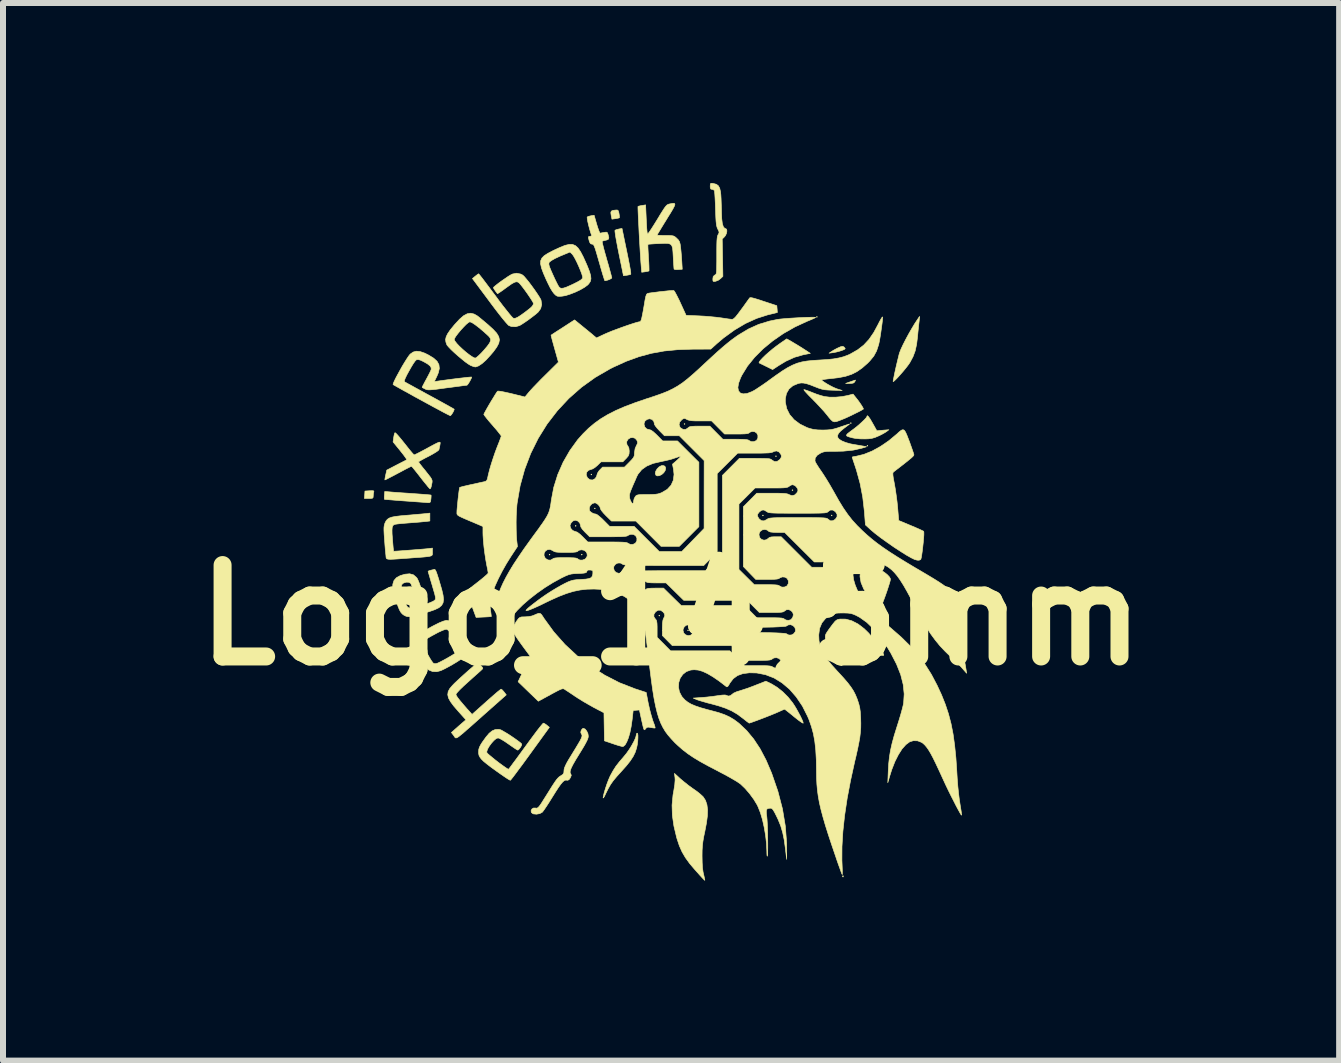
<source format=kicad_pcb>
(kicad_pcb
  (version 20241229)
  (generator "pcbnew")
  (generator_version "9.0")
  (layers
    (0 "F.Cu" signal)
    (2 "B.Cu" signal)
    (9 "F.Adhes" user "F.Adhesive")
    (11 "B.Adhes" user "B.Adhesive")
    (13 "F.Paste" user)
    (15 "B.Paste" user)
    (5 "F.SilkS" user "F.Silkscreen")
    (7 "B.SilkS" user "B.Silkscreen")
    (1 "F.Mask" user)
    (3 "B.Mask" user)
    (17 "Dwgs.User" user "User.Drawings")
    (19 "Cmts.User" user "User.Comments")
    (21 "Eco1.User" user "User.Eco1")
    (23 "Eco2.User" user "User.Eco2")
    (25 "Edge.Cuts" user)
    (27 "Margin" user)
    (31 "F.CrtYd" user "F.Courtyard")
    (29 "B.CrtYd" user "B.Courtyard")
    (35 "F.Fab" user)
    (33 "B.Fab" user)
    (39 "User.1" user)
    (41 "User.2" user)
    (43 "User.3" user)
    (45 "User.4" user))
  (footprint "Logo_14,5mm"
    (layer "F.Cu")
    (at 8.135 7.203)
    (property "Reference" "Logo_14,5mm" (at 0 0 0) (layer "F.SilkS") (effects (font (size 1.524 1.524) (thickness 0.3))))
    (attr through_hole)
    (fp_poly (pts (xy -2.017 -1.009) (xy -2.025 -1.001) (xy -2.032 -1.009) (xy -2.025 -1.016) (xy -2.017 -1.009)) (stroke (width 0.01) (type solid)) (fill yes) (layer "F.SilkS"))
    (fp_poly (pts (xy -1.582 -1.488) (xy -1.589 -1.48) (xy -1.597 -1.488) (xy -1.589 -1.495) (xy -1.582 -1.488)) (stroke (width 0.01) (type solid)) (fill yes) (layer "F.SilkS"))
    (fp_poly (pts (xy -1.48 -1.009) (xy -1.488 -1.001) (xy -1.495 -1.009) (xy -1.488 -1.016) (xy -1.48 -1.009)) (stroke (width 0.01) (type solid)) (fill yes) (layer "F.SilkS"))
    (fp_poly (pts (xy -1.321 -2.344) (xy -1.328 -2.337) (xy -1.335 -2.344) (xy -1.328 -2.351) (xy -1.321 -2.344)) (stroke (width 0.01) (type solid)) (fill yes) (layer "F.SilkS"))
    (fp_poly (pts (xy -1.263 -1.778) (xy -1.27 -1.771) (xy -1.277 -1.778) (xy -1.27 -1.785) (xy -1.263 -1.778)) (stroke (width 0.01) (type solid)) (fill yes) (layer "F.SilkS"))
    (fp_poly (pts (xy -0.189 0.007) (xy -0.196 0.015) (xy -0.203 0.007) (xy -0.196 0) (xy -0.189 0.007)) (stroke (width 0.01) (type solid)) (fill yes) (layer "F.SilkS"))
    (fp_poly (pts (xy 0.232 -3.186) (xy 0.225 -3.179) (xy 0.218 -3.186) (xy 0.225 -3.193) (xy 0.232 -3.186)) (stroke (width 0.01) (type solid)) (fill yes) (layer "F.SilkS"))
    (fp_poly (pts (xy 0.29 0.254) (xy 0.283 0.261) (xy 0.276 0.254) (xy 0.283 0.247) (xy 0.29 0.254)) (stroke (width 0.01) (type solid)) (fill yes) (layer "F.SilkS"))
    (fp_poly (pts (xy 1.539 -1.662) (xy 1.531 -1.655) (xy 1.524 -1.662) (xy 1.531 -1.669) (xy 1.539 -1.662)) (stroke (width 0.01) (type solid)) (fill yes) (layer "F.SilkS"))
    (fp_poly (pts (xy 1.756 -2.649) (xy 1.749 -2.642) (xy 1.742 -2.649) (xy 1.749 -2.656) (xy 1.756 -2.649)) (stroke (width 0.01) (type solid)) (fill yes) (layer "F.SilkS"))
    (fp_poly (pts (xy 2.032 -2.083) (xy 2.025 -2.076) (xy 2.017 -2.083) (xy 2.025 -2.09) (xy 2.032 -2.083)) (stroke (width 0.01) (type solid)) (fill yes) (layer "F.SilkS"))
    (fp_poly (pts (xy 2.438 -4.971) (xy 2.431 -4.964) (xy 2.424 -4.971) (xy 2.431 -4.978) (xy 2.438 -4.971)) (stroke (width 0.01) (type solid)) (fill yes) (layer "F.SilkS"))
    (fp_poly (pts (xy 2.685 -1.662) (xy 2.678 -1.655) (xy 2.671 -1.662) (xy 2.678 -1.669) (xy 2.685 -1.662)) (stroke (width 0.01) (type solid)) (fill yes) (layer "F.SilkS"))
    (fp_poly (pts (xy 3.004 -3.2) (xy 2.997 -3.193) (xy 2.99 -3.2) (xy 2.997 -3.208) (xy 3.004 -3.2)) (stroke (width 0.01) (type solid)) (fill yes) (layer "F.SilkS"))
    (fp_poly (pts (xy 3.28 -2.823) (xy 3.273 -2.816) (xy 3.266 -2.823) (xy 3.273 -2.83) (xy 3.28 -2.823)) (stroke (width 0.01) (type solid)) (fill yes) (layer "F.SilkS"))
    (fp_poly (pts (xy 2.869 4.345) (xy 2.871 4.362) (xy 2.869 4.364) (xy 2.86 4.362) (xy 2.859 4.354) (xy 2.865 4.342) (xy 2.869 4.345)) (stroke (width 0.01) (type solid)) (fill yes) (layer "F.SilkS"))
    (fp_poly (pts (xy 3.071 -3.908) (xy 3.063 -3.89) (xy 3.045 -3.871) (xy 3.015 -3.863) (xy 2.979 -3.861) (xy 2.91 -3.862) (xy 2.99 -3.89) (xy 3.033 -3.905) (xy 3.064 -3.915) (xy 3.074 -3.918) (xy 3.071 -3.908)) (stroke (width 0.01) (type solid)) (fill yes) (layer "F.SilkS"))
    (fp_poly (pts (xy -4.957 -2.071) (xy -4.953 -2.061) (xy -4.955 -2.053) (xy -4.962 -2.021) (xy -4.964 -1.987) (xy -4.966 -1.962) (xy -4.975 -1.95) (xy -5.001 -1.945) (xy -5.037 -1.945) (xy -5.111 -1.945) (xy -5.106 -2.007) (xy -5.102 -2.068) (xy -5.024 -2.073) (xy -4.979 -2.074) (xy -4.957 -2.071)) (stroke (width 0.01) (type solid)) (fill yes) (layer "F.SilkS"))
    (fp_poly (pts (xy -0.103 -2.483) (xy -0.091 -2.456) (xy -0.09 -2.449) (xy -0.097 -2.411) (xy -0.121 -2.374) (xy -0.156 -2.343) (xy -0.196 -2.324) (xy -0.232 -2.321) (xy -0.252 -2.332) (xy -0.263 -2.362) (xy -0.255 -2.399) (xy -0.232 -2.438) (xy -0.199 -2.471) (xy -0.161 -2.491) (xy -0.134 -2.494) (xy -0.103 -2.483)) (stroke (width 0.01) (type solid)) (fill yes) (layer "F.SilkS"))
    (fp_poly (pts (xy -0.882 -6.744) (xy -0.872 -6.717) (xy -0.867 -6.693) (xy -0.861 -6.654) (xy -0.86 -6.628) (xy -0.861 -6.623) (xy -0.879 -6.617) (xy -0.914 -6.61) (xy -0.927 -6.608) (xy -0.985 -6.6) (xy -0.998 -6.664) (xy -1.004 -6.708) (xy -0.996 -6.734) (xy -0.969 -6.746) (xy -0.93 -6.751) (xy -0.898 -6.753) (xy -0.882 -6.744)) (stroke (width 0.01) (type solid)) (fill yes) (layer "F.SilkS"))
    (fp_poly (pts (xy 2.877 -4.473) (xy 2.881 -4.471) (xy 2.899 -4.45) (xy 2.903 -4.441) (xy 2.89 -4.429) (xy 2.856 -4.415) (xy 2.808 -4.399) (xy 2.754 -4.385) (xy 2.702 -4.375) (xy 2.7 -4.375) (xy 2.634 -4.366) (xy 2.675 -4.394) (xy 2.712 -4.417) (xy 2.762 -4.444) (xy 2.787 -4.456) (xy 2.831 -4.475) (xy 2.858 -4.48) (xy 2.877 -4.473)) (stroke (width 0.01) (type solid)) (fill yes) (layer "F.SilkS"))
    (fp_poly (pts (xy -0.773 -6.23) (xy -0.742 -6.082) (xy -0.717 -5.96) (xy -0.698 -5.863) (xy -0.684 -5.789) (xy -0.675 -5.735) (xy -0.671 -5.701) (xy -0.671 -5.683) (xy -0.672 -5.681) (xy -0.69 -5.674) (xy -0.726 -5.667) (xy -0.736 -5.665) (xy -0.793 -5.657) (xy -0.87 -6.031) (xy -0.89 -6.131) (xy -0.907 -6.222) (xy -0.921 -6.3) (xy -0.93 -6.36) (xy -0.935 -6.4) (xy -0.934 -6.415) (xy -0.912 -6.425) (xy -0.876 -6.434) (xy -0.869 -6.436) (xy -0.817 -6.445) (xy -0.773 -6.23)) (stroke (width 0.01) (type solid)) (fill yes) (layer "F.SilkS"))
    (fp_poly (pts (xy 2.013 -4.557) (xy 2.066 -4.525) (xy 2.131 -4.486) (xy 2.196 -4.445) (xy 2.21 -4.436) (xy 2.322 -4.363) (xy 2.201 -4.339) (xy 2.058 -4.298) (xy 1.915 -4.233) (xy 1.791 -4.158) (xy 1.746 -4.128) (xy 1.711 -4.105) (xy 1.694 -4.094) (xy 1.693 -4.094) (xy 1.68 -4.1) (xy 1.647 -4.116) (xy 1.601 -4.139) (xy 1.582 -4.148) (xy 1.532 -4.173) (xy 1.492 -4.192) (xy 1.471 -4.203) (xy 1.468 -4.204) (xy 1.469 -4.218) (xy 1.489 -4.246) (xy 1.525 -4.285) (xy 1.574 -4.333) (xy 1.633 -4.385) (xy 1.697 -4.439) (xy 1.765 -4.491) (xy 1.829 -4.537) (xy 1.928 -4.605) (xy 2.013 -4.557)) (stroke (width 0.01) (type solid)) (fill yes) (layer "F.SilkS"))
    (fp_poly (pts (xy 3.288 -3.312) (xy 3.317 -3.272) (xy 3.356 -3.205) (xy 3.36 -3.198) (xy 3.43 -3.073) (xy 3.53 -3.082) (xy 3.631 -3.09) (xy 3.594 -3.061) (xy 3.563 -3.041) (xy 3.515 -3.014) (xy 3.461 -2.987) (xy 3.459 -2.987) (xy 3.401 -2.962) (xy 3.349 -2.947) (xy 3.291 -2.939) (xy 3.237 -2.937) (xy 3.151 -2.938) (xy 3.071 -2.946) (xy 3.029 -2.954) (xy 2.968 -2.97) (xy 2.933 -2.984) (xy 2.923 -2.999) (xy 2.938 -3.021) (xy 2.977 -3.052) (xy 3.015 -3.08) (xy 3.071 -3.122) (xy 3.128 -3.169) (xy 3.18 -3.216) (xy 3.224 -3.258) (xy 3.254 -3.291) (xy 3.266 -3.312) (xy 3.266 -3.312) (xy 3.271 -3.325) (xy 3.288 -3.312)) (stroke (width 0.01) (type solid)) (fill yes) (layer "F.SilkS"))
    (fp_poly (pts (xy -4.676 -2.053) (xy -4.63 -2.049) (xy -4.563 -2.044) (xy -4.479 -2.038) (xy -4.386 -2.032) (xy -4.291 -2.025) (xy -4.203 -2.019) (xy -4.126 -2.013) (xy -4.063 -2.008) (xy -4.02 -2.004) (xy -4 -2.001) (xy -4 -2.001) (xy -3.999 -1.985) (xy -4.001 -1.95) (xy -4.003 -1.934) (xy -4.008 -1.895) (xy -4.019 -1.878) (xy -4.04 -1.874) (xy -4.047 -1.874) (xy -4.072 -1.876) (xy -4.122 -1.88) (xy -4.191 -1.885) (xy -4.275 -1.891) (xy -4.37 -1.898) (xy -4.427 -1.902) (xy -4.523 -1.909) (xy -4.61 -1.916) (xy -4.682 -1.922) (xy -4.736 -1.926) (xy -4.768 -1.928) (xy -4.775 -1.929) (xy -4.779 -1.943) (xy -4.779 -1.976) (xy -4.777 -1.996) (xy -4.772 -2.061) (xy -4.676 -2.053)) (stroke (width 0.01) (type solid)) (fill yes) (layer "F.SilkS"))
    (fp_poly (pts (xy 3.329 -0.776) (xy 3.399 -0.774) (xy 3.449 -0.766) (xy 3.49 -0.752) (xy 3.505 -0.745) (xy 3.56 -0.71) (xy 3.607 -0.672) (xy 3.642 -0.634) (xy 3.657 -0.604) (xy 3.657 -0.6) (xy 3.653 -0.574) (xy 3.64 -0.528) (xy 3.621 -0.468) (xy 3.598 -0.398) (xy 3.573 -0.327) (xy 3.548 -0.259) (xy 3.526 -0.202) (xy 3.513 -0.171) (xy 3.493 -0.132) (xy 3.476 -0.107) (xy 3.469 -0.102) (xy 3.455 -0.112) (xy 3.427 -0.14) (xy 3.392 -0.179) (xy 3.381 -0.192) (xy 3.283 -0.32) (xy 3.211 -0.437) (xy 3.167 -0.543) (xy 3.15 -0.639) (xy 3.15 -0.651) (xy 3.154 -0.704) (xy 3.17 -0.74) (xy 3.201 -0.762) (xy 3.253 -0.773) (xy 3.328 -0.776) (xy 3.329 -0.776)) (stroke (width 0.01) (type solid)) (fill yes) (layer "F.SilkS"))
    (fp_poly (pts (xy 4.143 -4.965) (xy 4.139 -4.932) (xy 4.135 -4.895) (xy 4.129 -4.845) (xy 4.122 -4.777) (xy 4.114 -4.7) (xy 4.109 -4.643) (xy 4.093 -4.513) (xy 4.069 -4.403) (xy 4.033 -4.307) (xy 3.983 -4.214) (xy 3.971 -4.195) (xy 3.944 -4.157) (xy 3.907 -4.11) (xy 3.865 -4.059) (xy 3.821 -4.009) (xy 3.779 -3.962) (xy 3.742 -3.924) (xy 3.716 -3.9) (xy 3.703 -3.892) (xy 3.702 -3.894) (xy 3.704 -3.915) (xy 3.713 -3.959) (xy 3.725 -4.02) (xy 3.74 -4.09) (xy 3.757 -4.164) (xy 3.774 -4.236) (xy 3.79 -4.3) (xy 3.802 -4.35) (xy 3.81 -4.376) (xy 3.832 -4.432) (xy 3.867 -4.507) (xy 3.91 -4.592) (xy 3.959 -4.683) (xy 4.01 -4.772) (xy 4.059 -4.854) (xy 4.065 -4.863) (xy 4.098 -4.913) (xy 4.124 -4.952) (xy 4.139 -4.975) (xy 4.143 -4.978) (xy 4.143 -4.965)) (stroke (width 0.01) (type solid)) (fill yes) (layer "F.SilkS"))
    (fp_poly (pts (xy -0.557 1.973) (xy -0.552 2.002) (xy -0.552 2.046) (xy -0.555 2.1) (xy -0.562 2.156) (xy -0.573 2.21) (xy -0.574 2.214) (xy -0.597 2.286) (xy -0.632 2.357) (xy -0.68 2.43) (xy -0.745 2.512) (xy -0.83 2.607) (xy -0.83 2.607) (xy -0.904 2.689) (xy -0.962 2.758) (xy -1.008 2.823) (xy -1.047 2.891) (xy -1.085 2.968) (xy -1.092 2.982) (xy -1.111 3.023) (xy -1.126 3.045) (xy -1.132 3.047) (xy -1.132 3.046) (xy -1.127 3.012) (xy -1.114 2.958) (xy -1.094 2.892) (xy -1.071 2.822) (xy -1.046 2.755) (xy -1.022 2.699) (xy -1.014 2.681) (xy -0.968 2.597) (xy -0.92 2.521) (xy -0.861 2.445) (xy -0.789 2.361) (xy -0.743 2.305) (xy -0.697 2.24) (xy -0.655 2.172) (xy -0.619 2.106) (xy -0.593 2.05) (xy -0.581 2.009) (xy -0.581 2.002) (xy -0.574 1.975) (xy -0.566 1.967) (xy -0.557 1.973)) (stroke (width 0.01) (type solid)) (fill yes) (layer "F.SilkS"))
    (fp_poly (pts (xy 2.237 -3.754) (xy 2.278 -3.74) (xy 2.331 -3.72) (xy 2.355 -3.71) (xy 2.422 -3.684) (xy 2.492 -3.661) (xy 2.552 -3.645) (xy 2.562 -3.643) (xy 2.644 -3.633) (xy 2.743 -3.633) (xy 2.846 -3.642) (xy 2.941 -3.66) (xy 2.957 -3.664) (xy 3.034 -3.684) (xy 3.082 -3.624) (xy 3.119 -3.577) (xy 3.153 -3.529) (xy 3.182 -3.485) (xy 3.201 -3.452) (xy 3.207 -3.435) (xy 3.206 -3.435) (xy 3.182 -3.42) (xy 3.139 -3.396) (xy 3.082 -3.368) (xy 3.02 -3.337) (xy 2.959 -3.308) (xy 2.906 -3.284) (xy 2.88 -3.273) (xy 2.81 -3.245) (xy 2.76 -3.227) (xy 2.724 -3.222) (xy 2.696 -3.23) (xy 2.668 -3.254) (xy 2.633 -3.294) (xy 2.6 -3.336) (xy 2.55 -3.396) (xy 2.486 -3.466) (xy 2.417 -3.54) (xy 2.351 -3.607) (xy 2.348 -3.61) (xy 2.296 -3.662) (xy 2.254 -3.707) (xy 2.226 -3.739) (xy 2.214 -3.757) (xy 2.215 -3.759) (xy 2.237 -3.754)) (stroke (width 0.01) (type solid)) (fill yes) (layer "F.SilkS"))
    (fp_poly (pts (xy 0.155 2.728) (xy 0.215 2.778) (xy 0.286 2.835) (xy 0.356 2.886) (xy 0.375 2.899) (xy 0.432 2.939) (xy 0.484 2.981) (xy 0.523 3.016) (xy 0.536 3.029) (xy 0.574 3.088) (xy 0.598 3.159) (xy 0.609 3.243) (xy 0.606 3.345) (xy 0.59 3.467) (xy 0.564 3.603) (xy 0.544 3.697) (xy 0.531 3.774) (xy 0.523 3.845) (xy 0.518 3.922) (xy 0.517 4.013) (xy 0.519 4.123) (xy 0.524 4.211) (xy 0.534 4.283) (xy 0.542 4.317) (xy 0.553 4.366) (xy 0.561 4.403) (xy 0.563 4.42) (xy 0.562 4.421) (xy 0.552 4.412) (xy 0.526 4.385) (xy 0.487 4.343) (xy 0.439 4.289) (xy 0.402 4.248) (xy 0.311 4.141) (xy 0.24 4.043) (xy 0.184 3.947) (xy 0.139 3.846) (xy 0.101 3.732) (xy 0.094 3.709) (xy 0.048 3.516) (xy 0.022 3.337) (xy 0.017 3.167) (xy 0.033 2.998) (xy 0.045 2.932) (xy 0.062 2.827) (xy 0.068 2.746) (xy 0.066 2.709) (xy 0.057 2.638) (xy 0.155 2.728)) (stroke (width 0.01) (type solid)) (fill yes) (layer "F.SilkS"))
    (fp_poly (pts (xy 2.913 0.067) (xy 3.014 0.095) (xy 3.117 0.148) (xy 3.219 0.226) (xy 3.289 0.294) (xy 3.334 0.345) (xy 3.381 0.404) (xy 3.428 0.467) (xy 3.471 0.528) (xy 3.507 0.584) (xy 3.532 0.629) (xy 3.545 0.66) (xy 3.545 0.67) (xy 3.526 0.672) (xy 3.483 0.667) (xy 3.42 0.655) (xy 3.34 0.638) (xy 3.304 0.629) (xy 3.228 0.612) (xy 3.161 0.597) (xy 3.11 0.587) (xy 3.08 0.582) (xy 3.073 0.582) (xy 3.047 0.615) (xy 3.012 0.658) (xy 2.97 0.706) (xy 2.928 0.753) (xy 2.889 0.795) (xy 2.859 0.825) (xy 2.841 0.84) (xy 2.84 0.841) (xy 2.823 0.83) (xy 2.793 0.802) (xy 2.756 0.763) (xy 2.745 0.75) (xy 2.673 0.655) (xy 2.618 0.555) (xy 2.583 0.458) (xy 2.574 0.404) (xy 2.571 0.369) (xy 2.572 0.342) (xy 2.581 0.315) (xy 2.6 0.283) (xy 2.631 0.238) (xy 2.658 0.201) (xy 2.7 0.145) (xy 2.73 0.108) (xy 2.754 0.086) (xy 2.777 0.074) (xy 2.805 0.068) (xy 2.816 0.066) (xy 2.913 0.067)) (stroke (width 0.01) (type solid)) (fill yes) (layer "F.SilkS"))
    (fp_poly (pts (xy -1.239 -6.515) (xy -1.22 -6.454) (xy -1.202 -6.405) (xy -1.189 -6.375) (xy -1.182 -6.367) (xy -1.16 -6.371) (xy -1.122 -6.378) (xy -1.115 -6.379) (xy -1.08 -6.384) (xy -1.062 -6.376) (xy -1.051 -6.349) (xy -1.047 -6.335) (xy -1.037 -6.292) (xy -1.043 -6.267) (xy -1.067 -6.254) (xy -1.092 -6.248) (xy -1.127 -6.239) (xy -1.148 -6.233) (xy -1.148 -6.232) (xy -1.147 -6.218) (xy -1.139 -6.179) (xy -1.125 -6.121) (xy -1.105 -6.047) (xy -1.081 -5.963) (xy -1.073 -5.933) (xy -1.047 -5.844) (xy -1.025 -5.765) (xy -1.007 -5.699) (xy -0.994 -5.65) (xy -0.988 -5.624) (xy -0.987 -5.621) (xy -0.999 -5.609) (xy -1.029 -5.594) (xy -1.066 -5.581) (xy -1.099 -5.574) (xy -1.103 -5.574) (xy -1.109 -5.587) (xy -1.121 -5.624) (xy -1.139 -5.681) (xy -1.161 -5.755) (xy -1.185 -5.84) (xy -1.196 -5.878) (xy -1.225 -5.978) (xy -1.247 -6.054) (xy -1.264 -6.108) (xy -1.278 -6.145) (xy -1.289 -6.167) (xy -1.299 -6.179) (xy -1.31 -6.183) (xy -1.316 -6.183) (xy -1.34 -6.19) (xy -1.356 -6.215) (xy -1.364 -6.238) (xy -1.375 -6.281) (xy -1.377 -6.304) (xy -1.367 -6.312) (xy -1.348 -6.314) (xy -1.326 -6.32) (xy -1.325 -6.332) (xy -1.342 -6.382) (xy -1.359 -6.441) (xy -1.375 -6.502) (xy -1.388 -6.559) (xy -1.396 -6.604) (xy -1.398 -6.631) (xy -1.397 -6.636) (xy -1.374 -6.647) (xy -1.337 -6.656) (xy -1.333 -6.657) (xy -1.282 -6.665) (xy -1.239 -6.515)) (stroke (width 0.01) (type solid)) (fill yes) (layer "F.SilkS"))
    (fp_poly (pts (xy 1.679 1.149) (xy 1.769 1.204) (xy 1.862 1.278) (xy 1.95 1.366) (xy 2.024 1.458) (xy 2.056 1.506) (xy 2.091 1.564) (xy 2.125 1.626) (xy 2.157 1.686) (xy 2.182 1.739) (xy 2.199 1.78) (xy 2.203 1.801) (xy 2.203 1.801) (xy 2.191 1.797) (xy 2.161 1.778) (xy 2.117 1.746) (xy 2.064 1.704) (xy 2.048 1.691) (xy 1.993 1.646) (xy 1.946 1.608) (xy 1.911 1.581) (xy 1.894 1.568) (xy 1.893 1.568) (xy 1.879 1.573) (xy 1.844 1.588) (xy 1.796 1.61) (xy 1.775 1.619) (xy 1.734 1.637) (xy 1.677 1.66) (xy 1.61 1.687) (xy 1.538 1.715) (xy 1.467 1.742) (xy 1.402 1.766) (xy 1.35 1.785) (xy 1.314 1.797) (xy 1.302 1.8) (xy 1.289 1.791) (xy 1.259 1.769) (xy 1.218 1.736) (xy 1.196 1.719) (xy 1.105 1.651) (xy 1.011 1.596) (xy 0.908 1.551) (xy 0.789 1.511) (xy 0.691 1.484) (xy 0.612 1.464) (xy 0.539 1.443) (xy 0.478 1.425) (xy 0.436 1.411) (xy 0.429 1.408) (xy 0.37 1.383) (xy 0.514 1.373) (xy 0.595 1.366) (xy 0.683 1.356) (xy 0.763 1.345) (xy 0.782 1.342) (xy 0.852 1.333) (xy 0.899 1.331) (xy 0.921 1.336) (xy 0.952 1.349) (xy 0.989 1.343) (xy 1.018 1.32) (xy 1.045 1.299) (xy 1.097 1.276) (xy 1.147 1.261) (xy 1.206 1.242) (xy 1.282 1.217) (xy 1.362 1.187) (xy 1.418 1.165) (xy 1.581 1.101) (xy 1.679 1.149)) (stroke (width 0.01) (type solid)) (fill yes) (layer "F.SilkS"))
    (fp_poly (pts (xy -3.208 0.808) (xy -3.181 0.832) (xy -3.171 0.842) (xy -3.145 0.87) (xy -3.138 0.887) (xy -3.147 0.902) (xy -3.158 0.912) (xy -3.177 0.93) (xy -3.215 0.964) (xy -3.266 1.009) (xy -3.326 1.063) (xy -3.385 1.116) (xy -3.461 1.185) (xy -3.52 1.242) (xy -3.561 1.286) (xy -3.583 1.314) (xy -3.585 1.321) (xy -3.579 1.34) (xy -3.559 1.372) (xy -3.524 1.417) (xy -3.472 1.479) (xy -3.403 1.559) (xy -3.365 1.6) (xy -3.317 1.655) (xy -3.081 1.444) (xy -3.012 1.383) (xy -2.949 1.328) (xy -2.897 1.283) (xy -2.858 1.252) (xy -2.836 1.235) (xy -2.833 1.234) (xy -2.816 1.244) (xy -2.791 1.271) (xy -2.783 1.281) (xy -2.746 1.329) (xy -3.131 1.67) (xy -3.241 1.768) (xy -3.332 1.849) (xy -3.406 1.913) (xy -3.463 1.964) (xy -3.508 2) (xy -3.54 2.026) (xy -3.564 2.041) (xy -3.581 2.047) (xy -3.592 2.046) (xy -3.601 2.039) (xy -3.609 2.028) (xy -3.618 2.014) (xy -3.621 2.009) (xy -3.661 1.957) (xy -3.583 1.888) (xy -3.537 1.847) (xy -3.492 1.808) (xy -3.462 1.782) (xy -3.419 1.745) (xy -3.547 1.602) (xy -3.623 1.514) (xy -3.677 1.441) (xy -3.71 1.38) (xy -3.722 1.326) (xy -3.715 1.275) (xy -3.688 1.224) (xy -3.642 1.17) (xy -3.611 1.138) (xy -3.561 1.091) (xy -3.504 1.038) (xy -3.443 0.983) (xy -3.383 0.929) (xy -3.327 0.881) (xy -3.279 0.84) (xy -3.244 0.812) (xy -3.225 0.799) (xy -3.224 0.798) (xy -3.208 0.808)) (stroke (width 0.01) (type solid)) (fill yes) (layer "F.SilkS"))
    (fp_poly (pts (xy 0.692 -7.197) (xy 0.707 -7.194) (xy 0.756 -7.181) (xy 0.789 -7.156) (xy 0.811 -7.116) (xy 0.825 -7.054) (xy 0.83 -7.007) (xy 0.834 -6.94) (xy 0.837 -6.857) (xy 0.84 -6.77) (xy 0.841 -6.716) (xy 0.845 -6.607) (xy 0.855 -6.526) (xy 0.872 -6.472) (xy 0.895 -6.447) (xy 0.906 -6.444) (xy 0.925 -6.433) (xy 0.931 -6.404) (xy 0.925 -6.367) (xy 0.908 -6.328) (xy 0.891 -6.306) (xy 0.853 -6.269) (xy 0.859 -5.958) (xy 0.864 -5.647) (xy 0.827 -5.611) (xy 0.788 -5.582) (xy 0.744 -5.565) (xy 0.712 -5.56) (xy 0.699 -5.57) (xy 0.697 -5.6) (xy 0.697 -5.605) (xy 0.703 -5.644) (xy 0.724 -5.665) (xy 0.729 -5.668) (xy 0.74 -5.673) (xy 0.748 -5.682) (xy 0.754 -5.696) (xy 0.758 -5.721) (xy 0.76 -5.76) (xy 0.761 -5.816) (xy 0.762 -5.894) (xy 0.762 -5.995) (xy 0.762 -6.102) (xy 0.763 -6.183) (xy 0.765 -6.243) (xy 0.769 -6.286) (xy 0.774 -6.315) (xy 0.781 -6.335) (xy 0.785 -6.343) (xy 0.799 -6.368) (xy 0.8 -6.389) (xy 0.787 -6.42) (xy 0.779 -6.435) (xy 0.769 -6.458) (xy 0.761 -6.486) (xy 0.755 -6.521) (xy 0.75 -6.569) (xy 0.746 -6.636) (xy 0.743 -6.724) (xy 0.741 -6.777) (xy 0.738 -6.865) (xy 0.734 -6.945) (xy 0.73 -7.01) (xy 0.726 -7.056) (xy 0.722 -7.079) (xy 0.721 -7.079) (xy 0.698 -7.095) (xy 0.681 -7.097) (xy 0.662 -7.103) (xy 0.654 -7.126) (xy 0.653 -7.15) (xy 0.655 -7.184) (xy 0.665 -7.198) (xy 0.692 -7.197)) (stroke (width 0.01) (type solid)) (fill yes) (layer "F.SilkS"))
    (fp_poly (pts (xy -3.284 -5.019) (xy -3.232 -4.99) (xy -3.203 -4.968) (xy -3.159 -4.932) (xy -3.104 -4.886) (xy -3.046 -4.837) (xy -3.045 -4.836) (xy -2.964 -4.762) (xy -2.906 -4.699) (xy -2.872 -4.642) (xy -2.86 -4.588) (xy -2.872 -4.53) (xy -2.906 -4.466) (xy -2.962 -4.389) (xy -3.01 -4.333) (xy -3.083 -4.253) (xy -3.15 -4.193) (xy -3.209 -4.154) (xy -3.256 -4.137) (xy -3.264 -4.137) (xy -3.292 -4.143) (xy -3.331 -4.158) (xy -3.341 -4.162) (xy -3.379 -4.185) (xy -3.43 -4.221) (xy -3.489 -4.269) (xy -3.551 -4.321) (xy -3.612 -4.375) (xy -3.666 -4.426) (xy -3.708 -4.47) (xy -3.734 -4.501) (xy -3.737 -4.507) (xy -3.753 -4.552) (xy -3.758 -4.595) (xy -3.758 -4.595) (xy -3.614 -4.595) (xy -3.603 -4.569) (xy -3.573 -4.53) (xy -3.53 -4.484) (xy -3.477 -4.434) (xy -3.421 -4.385) (xy -3.366 -4.342) (xy -3.317 -4.308) (xy -3.279 -4.288) (xy -3.262 -4.284) (xy -3.24 -4.297) (xy -3.205 -4.327) (xy -3.161 -4.37) (xy -3.118 -4.417) (xy -3.062 -4.483) (xy -3.026 -4.533) (xy -3.008 -4.572) (xy -3.008 -4.604) (xy -3.024 -4.632) (xy -3.044 -4.654) (xy -3.128 -4.73) (xy -3.203 -4.793) (xy -3.267 -4.842) (xy -3.316 -4.874) (xy -3.349 -4.888) (xy -3.355 -4.889) (xy -3.379 -4.876) (xy -3.416 -4.845) (xy -3.459 -4.801) (xy -3.505 -4.751) (xy -3.548 -4.699) (xy -3.584 -4.652) (xy -3.607 -4.615) (xy -3.614 -4.595) (xy -3.758 -4.595) (xy -3.748 -4.64) (xy -3.723 -4.691) (xy -3.68 -4.754) (xy -3.618 -4.83) (xy -3.599 -4.852) (xy -3.523 -4.934) (xy -3.457 -4.991) (xy -3.397 -5.023) (xy -3.34 -5.032) (xy -3.284 -5.019)) (stroke (width 0.01) (type solid)) (fill yes) (layer "F.SilkS"))
    (fp_poly (pts (xy -1.643 -6.179) (xy -1.594 -6.159) (xy -1.55 -6.119) (xy -1.508 -6.057) (xy -1.463 -5.971) (xy -1.413 -5.86) (xy -1.395 -5.818) (xy -1.36 -5.729) (xy -1.34 -5.66) (xy -1.335 -5.606) (xy -1.345 -5.562) (xy -1.371 -5.523) (xy -1.391 -5.502) (xy -1.442 -5.464) (xy -1.513 -5.423) (xy -1.595 -5.384) (xy -1.68 -5.351) (xy -1.758 -5.326) (xy -1.818 -5.316) (xy -1.866 -5.313) (xy -1.897 -5.317) (xy -1.922 -5.332) (xy -1.949 -5.358) (xy -1.977 -5.395) (xy -2.013 -5.454) (xy -2.052 -5.532) (xy -2.082 -5.595) (xy -2.128 -5.701) (xy -2.159 -5.785) (xy -2.174 -5.852) (xy -2.174 -5.861) (xy -2.037 -5.861) (xy -2.035 -5.837) (xy -2.024 -5.801) (xy -2.003 -5.749) (xy -1.97 -5.675) (xy -1.969 -5.673) (xy -1.938 -5.605) (xy -1.908 -5.544) (xy -1.884 -5.497) (xy -1.867 -5.47) (xy -1.866 -5.469) (xy -1.848 -5.453) (xy -1.825 -5.447) (xy -1.792 -5.451) (xy -1.746 -5.466) (xy -1.682 -5.494) (xy -1.622 -5.522) (xy -1.549 -5.559) (xy -1.499 -5.59) (xy -1.475 -5.614) (xy -1.473 -5.618) (xy -1.475 -5.643) (xy -1.488 -5.688) (xy -1.51 -5.746) (xy -1.537 -5.811) (xy -1.567 -5.877) (xy -1.597 -5.937) (xy -1.625 -5.986) (xy -1.647 -6.017) (xy -1.65 -6.019) (xy -1.684 -6.052) (xy -1.753 -6.024) (xy -1.854 -5.982) (xy -1.935 -5.944) (xy -1.993 -5.911) (xy -2.027 -5.885) (xy -2.032 -5.878) (xy -2.037 -5.861) (xy -2.174 -5.861) (xy -2.173 -5.906) (xy -2.153 -5.951) (xy -2.115 -5.99) (xy -2.055 -6.029) (xy -1.975 -6.071) (xy -1.949 -6.084) (xy -1.849 -6.13) (xy -1.767 -6.163) (xy -1.699 -6.179) (xy -1.643 -6.179)) (stroke (width 0.01) (type solid)) (fill yes) (layer "F.SilkS"))
    (fp_poly (pts (xy 3.888 -3.081) (xy 3.909 -3.05) (xy 3.933 -2.996) (xy 3.963 -2.918) (xy 3.972 -2.896) (xy 3.998 -2.823) (xy 4.021 -2.758) (xy 4.038 -2.708) (xy 4.047 -2.677) (xy 4.048 -2.671) (xy 4.044 -2.661) (xy 4.031 -2.645) (xy 4.007 -2.622) (xy 3.968 -2.59) (xy 3.914 -2.546) (xy 3.841 -2.489) (xy 3.749 -2.418) (xy 3.708 -2.386) (xy 3.7 -2.376) (xy 3.697 -2.358) (xy 3.699 -2.326) (xy 3.706 -2.277) (xy 3.72 -2.205) (xy 3.723 -2.189) (xy 3.738 -2.102) (xy 3.753 -1.999) (xy 3.767 -1.892) (xy 3.777 -1.795) (xy 3.777 -1.792) (xy 3.795 -1.577) (xy 3.999 -1.492) (xy 4.07 -1.462) (xy 4.132 -1.435) (xy 4.179 -1.413) (xy 4.206 -1.4) (xy 4.211 -1.396) (xy 4.214 -1.378) (xy 4.214 -1.337) (xy 4.21 -1.279) (xy 4.204 -1.211) (xy 4.196 -1.139) (xy 4.188 -1.069) (xy 4.179 -1.007) (xy 4.171 -0.958) (xy 4.163 -0.93) (xy 4.16 -0.926) (xy 4.134 -0.915) (xy 4.102 -0.916) (xy 4.059 -0.928) (xy 4.004 -0.955) (xy 3.931 -0.996) (xy 3.854 -1.044) (xy 3.727 -1.126) (xy 3.606 -1.21) (xy 3.493 -1.291) (xy 3.396 -1.366) (xy 3.318 -1.432) (xy 3.308 -1.442) (xy 3.24 -1.504) (xy 3.223 -1.726) (xy 3.195 -1.968) (xy 3.151 -2.196) (xy 3.09 -2.418) (xy 3.078 -2.454) (xy 3.056 -2.521) (xy 3.037 -2.576) (xy 3.025 -2.616) (xy 3.019 -2.634) (xy 3.019 -2.634) (xy 3.032 -2.639) (xy 3.065 -2.645) (xy 3.085 -2.648) (xy 3.213 -2.679) (xy 3.35 -2.734) (xy 3.49 -2.811) (xy 3.629 -2.906) (xy 3.76 -3.015) (xy 3.805 -3.056) (xy 3.839 -3.082) (xy 3.866 -3.091) (xy 3.888 -3.081)) (stroke (width 0.01) (type solid)) (fill yes) (layer "F.SilkS"))
    (fp_poly (pts (xy -4.02 -1.569) (xy -4.082 -1.561) (xy -4.119 -1.558) (xy -4.178 -1.552) (xy -4.251 -1.546) (xy -4.331 -1.54) (xy -4.354 -1.538) (xy -4.432 -1.532) (xy -4.502 -1.526) (xy -4.557 -1.52) (xy -4.592 -1.515) (xy -4.598 -1.514) (xy -4.622 -1.505) (xy -4.638 -1.489) (xy -4.648 -1.461) (xy -4.651 -1.417) (xy -4.65 -1.353) (xy -4.643 -1.264) (xy -4.643 -1.26) (xy -4.637 -1.189) (xy -4.632 -1.129) (xy -4.627 -1.086) (xy -4.625 -1.065) (xy -4.625 -1.064) (xy -4.61 -1.065) (xy -4.572 -1.067) (xy -4.516 -1.071) (xy -4.446 -1.076) (xy -4.368 -1.082) (xy -4.288 -1.088) (xy -4.21 -1.094) (xy -4.14 -1.1) (xy -4.083 -1.105) (xy -4.044 -1.109) (xy -4.039 -1.11) (xy -3.977 -1.117) (xy -3.977 -1.052) (xy -3.977 -1.03) (xy -3.977 -1.013) (xy -3.983 -0.999) (xy -3.996 -0.989) (xy -4.021 -0.981) (xy -4.06 -0.975) (xy -4.116 -0.969) (xy -4.193 -0.963) (xy -4.294 -0.956) (xy -4.354 -0.951) (xy -4.471 -0.943) (xy -4.562 -0.936) (xy -4.63 -0.932) (xy -4.679 -0.93) (xy -4.712 -0.932) (xy -4.733 -0.937) (xy -4.744 -0.945) (xy -4.749 -0.958) (xy -4.751 -0.975) (xy -4.752 -0.991) (xy -4.756 -1.028) (xy -4.762 -1.086) (xy -4.768 -1.159) (xy -4.774 -1.24) (xy -4.776 -1.263) (xy -4.782 -1.349) (xy -4.785 -1.411) (xy -4.785 -1.456) (xy -4.781 -1.49) (xy -4.774 -1.517) (xy -4.769 -1.533) (xy -4.751 -1.569) (xy -4.729 -1.596) (xy -4.699 -1.617) (xy -4.655 -1.633) (xy -4.594 -1.645) (xy -4.511 -1.655) (xy -4.422 -1.663) (xy -4.335 -1.67) (xy -4.251 -1.678) (xy -4.177 -1.684) (xy -4.122 -1.689) (xy -4.104 -1.691) (xy -4.02 -1.7) (xy -4.02 -1.569)) (stroke (width 0.01) (type solid)) (fill yes) (layer "F.SilkS"))
    (fp_poly (pts (xy -1.431 1.9) (xy -1.405 1.933) (xy -1.385 1.976) (xy -1.379 2.017) (xy -1.382 2.041) (xy -1.392 2.072) (xy -1.412 2.113) (xy -1.442 2.169) (xy -1.485 2.241) (xy -1.531 2.316) (xy -1.59 2.412) (xy -1.633 2.487) (xy -1.662 2.544) (xy -1.678 2.587) (xy -1.683 2.618) (xy -1.677 2.64) (xy -1.669 2.651) (xy -1.663 2.673) (xy -1.679 2.711) (xy -1.679 2.712) (xy -1.702 2.744) (xy -1.725 2.753) (xy -1.737 2.751) (xy -1.758 2.75) (xy -1.78 2.759) (xy -1.805 2.78) (xy -1.836 2.816) (xy -1.875 2.87) (xy -1.923 2.944) (xy -1.98 3.035) (xy -2.026 3.109) (xy -2.069 3.176) (xy -2.106 3.231) (xy -2.133 3.269) (xy -2.147 3.286) (xy -2.188 3.308) (xy -2.242 3.318) (xy -2.294 3.313) (xy -2.304 3.309) (xy -2.329 3.288) (xy -2.333 3.259) (xy -2.319 3.232) (xy -2.293 3.215) (xy -2.262 3.215) (xy -2.244 3.218) (xy -2.229 3.215) (xy -2.212 3.203) (xy -2.191 3.179) (xy -2.163 3.139) (xy -2.126 3.08) (xy -2.083 3.012) (xy -2.023 2.916) (xy -1.976 2.841) (xy -1.939 2.785) (xy -1.91 2.744) (xy -1.886 2.716) (xy -1.865 2.696) (xy -1.845 2.682) (xy -1.836 2.677) (xy -1.802 2.654) (xy -1.787 2.628) (xy -1.785 2.601) (xy -1.783 2.576) (xy -1.777 2.549) (xy -1.763 2.515) (xy -1.742 2.471) (xy -1.71 2.414) (xy -1.665 2.341) (xy -1.607 2.246) (xy -1.603 2.24) (xy -1.554 2.158) (xy -1.518 2.097) (xy -1.496 2.053) (xy -1.485 2.022) (xy -1.484 2) (xy -1.491 1.984) (xy -1.497 1.977) (xy -1.505 1.952) (xy -1.497 1.92) (xy -1.478 1.894) (xy -1.46 1.887) (xy -1.431 1.9)) (stroke (width 0.01) (type solid)) (fill yes) (layer "F.SilkS"))
    (fp_poly (pts (xy -3.682 0.099) (xy -3.627 0.134) (xy -3.574 0.196) (xy -3.544 0.242) (xy -3.485 0.348) (xy -3.441 0.434) (xy -3.412 0.503) (xy -3.398 0.559) (xy -3.397 0.605) (xy -3.41 0.644) (xy -3.434 0.68) (xy -3.439 0.686) (xy -3.467 0.71) (xy -3.515 0.744) (xy -3.577 0.784) (xy -3.647 0.826) (xy -3.719 0.866) (xy -3.786 0.901) (xy -3.837 0.925) (xy -3.905 0.943) (xy -3.974 0.94) (xy -4.033 0.917) (xy -4.047 0.907) (xy -4.076 0.875) (xy -4.112 0.823) (xy -4.152 0.759) (xy -4.192 0.688) (xy -4.228 0.617) (xy -4.257 0.554) (xy -4.275 0.505) (xy -4.278 0.49) (xy -4.279 0.474) (xy -4.137 0.474) (xy -4.13 0.501) (xy -4.111 0.544) (xy -4.085 0.598) (xy -4.054 0.657) (xy -4.023 0.713) (xy -3.994 0.76) (xy -3.97 0.793) (xy -3.959 0.803) (xy -3.939 0.809) (xy -3.918 0.808) (xy -3.89 0.8) (xy -3.85 0.781) (xy -3.794 0.752) (xy -3.727 0.715) (xy -3.662 0.677) (xy -3.606 0.642) (xy -3.564 0.613) (xy -3.541 0.593) (xy -3.539 0.59) (xy -3.538 0.562) (xy -3.551 0.517) (xy -3.575 0.461) (xy -3.607 0.4) (xy -3.643 0.342) (xy -3.679 0.29) (xy -3.713 0.253) (xy -3.74 0.235) (xy -3.742 0.235) (xy -3.769 0.24) (xy -3.815 0.257) (xy -3.874 0.284) (xy -3.916 0.306) (xy -3.997 0.35) (xy -4.056 0.384) (xy -4.096 0.41) (xy -4.12 0.431) (xy -4.132 0.45) (xy -4.136 0.47) (xy -4.137 0.474) (xy -4.279 0.474) (xy -4.28 0.446) (xy -4.272 0.407) (xy -4.251 0.369) (xy -4.214 0.332) (xy -4.16 0.291) (xy -4.085 0.245) (xy -3.987 0.191) (xy -3.943 0.168) (xy -3.865 0.129) (xy -3.8 0.102) (xy -3.754 0.089) (xy -3.741 0.087) (xy -3.682 0.099)) (stroke (width 0.01) (type solid)) (fill yes) (layer "F.SilkS"))
    (fp_poly (pts (xy -2.107 1.809) (xy -2.076 1.83) (xy -2.07 1.835) (xy -2.028 1.87) (xy -2.346 2.309) (xy -2.418 2.408) (xy -2.485 2.5) (xy -2.546 2.581) (xy -2.597 2.65) (xy -2.637 2.703) (xy -2.665 2.738) (xy -2.678 2.752) (xy -2.678 2.753) (xy -2.694 2.746) (xy -2.729 2.725) (xy -2.78 2.691) (xy -2.841 2.649) (xy -2.903 2.605) (xy -2.997 2.537) (xy -3.07 2.481) (xy -3.124 2.437) (xy -3.162 2.399) (xy -3.186 2.367) (xy -3.201 2.337) (xy -3.207 2.306) (xy -3.208 2.281) (xy -3.205 2.238) (xy -3.193 2.2) (xy -3.17 2.156) (xy -3.146 2.118) (xy -3.084 2.032) (xy -3.031 1.969) (xy -2.981 1.929) (xy -2.932 1.908) (xy -2.881 1.904) (xy -2.853 1.907) (xy -2.826 1.918) (xy -2.783 1.943) (xy -2.727 1.976) (xy -2.667 2.015) (xy -2.607 2.056) (xy -2.554 2.094) (xy -2.513 2.125) (xy -2.49 2.147) (xy -2.489 2.149) (xy -2.491 2.168) (xy -2.506 2.198) (xy -2.528 2.228) (xy -2.548 2.247) (xy -2.555 2.25) (xy -2.572 2.242) (xy -2.606 2.22) (xy -2.654 2.187) (xy -2.71 2.148) (xy -2.768 2.108) (xy -2.82 2.076) (xy -2.861 2.054) (xy -2.884 2.047) (xy -2.915 2.058) (xy -2.953 2.09) (xy -2.992 2.133) (xy -3.029 2.183) (xy -3.057 2.231) (xy -3.071 2.272) (xy -3.07 2.292) (xy -3.057 2.308) (xy -3.025 2.336) (xy -2.979 2.374) (xy -2.926 2.417) (xy -2.869 2.461) (xy -2.813 2.502) (xy -2.765 2.536) (xy -2.729 2.56) (xy -2.709 2.569) (xy -2.709 2.569) (xy -2.699 2.558) (xy -2.674 2.526) (xy -2.637 2.475) (xy -2.588 2.41) (xy -2.531 2.332) (xy -2.467 2.244) (xy -2.423 2.184) (xy -2.356 2.092) (xy -2.293 2.007) (xy -2.238 1.933) (xy -2.191 1.873) (xy -2.156 1.83) (xy -2.134 1.805) (xy -2.128 1.8) (xy -2.107 1.809)) (stroke (width 0.01) (type solid)) (fill yes) (layer "F.SilkS"))
    (fp_poly (pts (xy -4.588 -3.033) (xy -4.561 -3.005) (xy -4.523 -2.961) (xy -4.477 -2.905) (xy -4.441 -2.86) (xy -4.391 -2.797) (xy -4.347 -2.742) (xy -4.312 -2.701) (xy -4.289 -2.676) (xy -4.282 -2.671) (xy -4.265 -2.677) (xy -4.228 -2.695) (xy -4.175 -2.722) (xy -4.111 -2.756) (xy -4.083 -2.771) (xy -3.999 -2.817) (xy -3.937 -2.85) (xy -3.894 -2.871) (xy -3.867 -2.882) (xy -3.852 -2.882) (xy -3.847 -2.873) (xy -3.849 -2.857) (xy -3.852 -2.836) (xy -3.861 -2.793) (xy -3.868 -2.76) (xy -3.869 -2.756) (xy -3.884 -2.741) (xy -3.92 -2.716) (xy -3.972 -2.685) (xy -4.034 -2.651) (xy -4.042 -2.647) (xy -4.105 -2.615) (xy -4.156 -2.587) (xy -4.193 -2.566) (xy -4.209 -2.555) (xy -4.209 -2.554) (xy -4.2 -2.541) (xy -4.177 -2.509) (xy -4.142 -2.464) (xy -4.098 -2.411) (xy -4.092 -2.403) (xy -4.044 -2.342) (xy -4.011 -2.3) (xy -3.992 -2.269) (xy -3.983 -2.245) (xy -3.982 -2.224) (xy -3.984 -2.207) (xy -3.996 -2.148) (xy -4.006 -2.116) (xy -4.017 -2.105) (xy -4.018 -2.105) (xy -4.03 -2.116) (xy -4.056 -2.146) (xy -4.093 -2.192) (xy -4.139 -2.249) (xy -4.173 -2.293) (xy -4.222 -2.356) (xy -4.265 -2.41) (xy -4.299 -2.452) (xy -4.32 -2.476) (xy -4.326 -2.482) (xy -4.341 -2.475) (xy -4.377 -2.457) (xy -4.43 -2.43) (xy -4.495 -2.395) (xy -4.55 -2.366) (xy -4.621 -2.328) (xy -4.683 -2.296) (xy -4.731 -2.271) (xy -4.761 -2.257) (xy -4.77 -2.254) (xy -4.769 -2.269) (xy -4.763 -2.304) (xy -4.756 -2.337) (xy -4.738 -2.417) (xy -4.579 -2.5) (xy -4.517 -2.532) (xy -4.464 -2.559) (xy -4.425 -2.579) (xy -4.406 -2.588) (xy -4.406 -2.588) (xy -4.409 -2.6) (xy -4.429 -2.63) (xy -4.461 -2.674) (xy -4.503 -2.727) (xy -4.513 -2.74) (xy -4.633 -2.887) (xy -4.623 -2.96) (xy -4.615 -3.004) (xy -4.606 -3.034) (xy -4.601 -3.041) (xy -4.588 -3.033)) (stroke (width 0.01) (type solid)) (fill yes) (layer "F.SilkS"))
    (fp_poly (pts (xy -2.18 -0.027) (xy -2.159 -0.009) (xy -2.134 0.028) (xy -2.117 0.055) (xy -1.955 0.278) (xy -1.77 0.487) (xy -1.565 0.678) (xy -1.343 0.85) (xy -1.107 1) (xy -0.86 1.127) (xy -0.604 1.227) (xy -0.588 1.232) (xy -0.414 1.289) (xy -0.402 1.352) (xy -0.381 1.463) (xy -0.357 1.571) (xy -0.331 1.669) (xy -0.307 1.749) (xy -0.295 1.783) (xy -0.277 1.83) (xy -0.267 1.865) (xy -0.265 1.881) (xy -0.265 1.881) (xy -0.282 1.882) (xy -0.317 1.877) (xy -0.334 1.874) (xy -0.375 1.867) (xy -0.399 1.87) (xy -0.419 1.887) (xy -0.422 1.892) (xy -0.434 1.906) (xy -0.443 1.912) (xy -0.45 1.907) (xy -0.458 1.887) (xy -0.468 1.849) (xy -0.482 1.788) (xy -0.495 1.73) (xy -0.527 1.581) (xy -0.631 1.589) (xy -0.649 1.748) (xy -0.665 1.858) (xy -0.685 1.958) (xy -0.71 2.044) (xy -0.738 2.114) (xy -0.766 2.163) (xy -0.795 2.188) (xy -0.809 2.191) (xy -0.833 2.185) (xy -0.877 2.173) (xy -0.934 2.155) (xy -0.972 2.142) (xy -1.11 2.095) (xy -1.114 1.861) (xy -1.118 1.628) (xy -1.286 1.54) (xy -1.368 1.494) (xy -1.458 1.442) (xy -1.544 1.389) (xy -1.598 1.354) (xy -1.658 1.313) (xy -1.712 1.277) (xy -1.754 1.25) (xy -1.776 1.235) (xy -1.79 1.228) (xy -1.807 1.227) (xy -1.83 1.233) (xy -1.863 1.247) (xy -1.912 1.272) (xy -1.981 1.309) (xy -2.01 1.325) (xy -2.212 1.435) (xy -2.38 1.273) (xy -2.549 1.11) (xy -2.348 0.685) (xy -2.449 0.549) (xy -2.495 0.486) (xy -2.541 0.422) (xy -2.579 0.367) (xy -2.598 0.336) (xy -2.624 0.292) (xy -2.636 0.261) (xy -2.637 0.234) (xy -2.63 0.206) (xy -2.611 0.161) (xy -2.582 0.111) (xy -2.568 0.091) (xy -2.542 0.056) (xy -2.519 0.038) (xy -2.49 0.03) (xy -2.444 0.029) (xy -2.437 0.029) (xy -2.378 0.025) (xy -2.323 0.015) (xy -2.296 0.006) (xy -2.241 -0.018) (xy -2.205 -0.03) (xy -2.18 -0.027)) (stroke (width 0.01) (type solid)) (fill yes) (layer "F.SilkS"))
    (fp_poly (pts (xy -2.506 -5.685) (xy -2.473 -5.668) (xy -2.449 -5.646) (xy -2.413 -5.604) (xy -2.369 -5.55) (xy -2.322 -5.487) (xy -2.274 -5.421) (xy -2.231 -5.358) (xy -2.196 -5.304) (xy -2.172 -5.263) (xy -2.167 -5.25) (xy -2.156 -5.178) (xy -2.173 -5.109) (xy -2.215 -5.051) (xy -2.217 -5.049) (xy -2.255 -5.016) (xy -2.308 -4.975) (xy -2.368 -4.93) (xy -2.429 -4.887) (xy -2.482 -4.852) (xy -2.52 -4.829) (xy -2.521 -4.828) (xy -2.59 -4.807) (xy -2.661 -4.811) (xy -2.704 -4.827) (xy -2.723 -4.845) (xy -2.757 -4.883) (xy -2.804 -4.939) (xy -2.861 -5.011) (xy -2.927 -5.096) (xy -2.999 -5.192) (xy -3.027 -5.23) (xy -3.31 -5.61) (xy -3.263 -5.649) (xy -3.231 -5.674) (xy -3.211 -5.688) (xy -3.207 -5.689) (xy -3.197 -5.678) (xy -3.171 -5.646) (xy -3.133 -5.597) (xy -3.084 -5.532) (xy -3.027 -5.456) (xy -2.963 -5.37) (xy -2.931 -5.328) (xy -2.864 -5.237) (xy -2.801 -5.154) (xy -2.744 -5.082) (xy -2.696 -5.022) (xy -2.66 -4.979) (xy -2.637 -4.955) (xy -2.633 -4.951) (xy -2.612 -4.946) (xy -2.587 -4.951) (xy -2.553 -4.967) (xy -2.506 -4.997) (xy -2.442 -5.043) (xy -2.417 -5.062) (xy -2.359 -5.107) (xy -2.322 -5.14) (xy -2.302 -5.166) (xy -2.294 -5.189) (xy -2.293 -5.197) (xy -2.302 -5.216) (xy -2.324 -5.253) (xy -2.356 -5.302) (xy -2.394 -5.358) (xy -2.435 -5.415) (xy -2.474 -5.467) (xy -2.508 -5.51) (xy -2.532 -5.537) (xy -2.537 -5.541) (xy -2.559 -5.554) (xy -2.583 -5.556) (xy -2.613 -5.546) (xy -2.655 -5.523) (xy -2.712 -5.483) (xy -2.75 -5.456) (xy -2.804 -5.416) (xy -2.849 -5.385) (xy -2.881 -5.364) (xy -2.894 -5.358) (xy -2.894 -5.358) (xy -2.904 -5.372) (xy -2.925 -5.399) (xy -2.929 -5.405) (xy -2.95 -5.436) (xy -2.961 -5.456) (xy -2.961 -5.458) (xy -2.95 -5.472) (xy -2.919 -5.498) (xy -2.876 -5.532) (xy -2.824 -5.57) (xy -2.769 -5.608) (xy -2.718 -5.643) (xy -2.674 -5.67) (xy -2.645 -5.685) (xy -2.575 -5.699) (xy -2.506 -5.685)) (stroke (width 0.01) (type solid)) (fill yes) (layer "F.SilkS"))
    (fp_poly (pts (xy -3.936 -0.761) (xy -3.925 -0.746) (xy -3.911 -0.716) (xy -3.894 -0.666) (xy -3.871 -0.594) (xy -3.854 -0.536) (xy -3.821 -0.423) (xy -3.8 -0.333) (xy -3.792 -0.261) (xy -3.8 -0.205) (xy -3.825 -0.161) (xy -3.869 -0.124) (xy -3.935 -0.092) (xy -4.026 -0.06) (xy -4.142 -0.025) (xy -4.149 -0.023) (xy -4.237 0.002) (xy -4.302 0.018) (xy -4.351 0.026) (xy -4.388 0.025) (xy -4.418 0.018) (xy -4.447 0.003) (xy -4.452 0.001) (xy -4.48 -0.02) (xy -4.504 -0.048) (xy -4.526 -0.086) (xy -4.549 -0.141) (xy -4.574 -0.216) (xy -4.596 -0.289) (xy -4.62 -0.374) (xy -4.634 -0.437) (xy -4.639 -0.485) (xy -4.637 -0.517) (xy -4.618 -0.577) (xy -4.577 -0.624) (xy -4.513 -0.659) (xy -4.434 -0.682) (xy -4.357 -0.689) (xy -4.294 -0.672) (xy -4.244 -0.629) (xy -4.231 -0.612) (xy -4.216 -0.581) (xy -4.195 -0.53) (xy -4.173 -0.467) (xy -4.15 -0.4) (xy -4.13 -0.336) (xy -4.115 -0.282) (xy -4.108 -0.246) (xy -4.108 -0.24) (xy -4.12 -0.226) (xy -4.149 -0.213) (xy -4.185 -0.204) (xy -4.216 -0.201) (xy -4.232 -0.209) (xy -4.238 -0.229) (xy -4.251 -0.27) (xy -4.268 -0.325) (xy -4.282 -0.369) (xy -4.302 -0.431) (xy -4.32 -0.484) (xy -4.335 -0.52) (xy -4.342 -0.532) (xy -4.372 -0.548) (xy -4.415 -0.549) (xy -4.458 -0.535) (xy -4.467 -0.529) (xy -4.487 -0.51) (xy -4.496 -0.483) (xy -4.496 -0.445) (xy -4.485 -0.39) (xy -4.464 -0.315) (xy -4.455 -0.286) (xy -4.432 -0.214) (xy -4.411 -0.163) (xy -4.388 -0.131) (xy -4.357 -0.117) (xy -4.314 -0.117) (xy -4.254 -0.131) (xy -4.172 -0.155) (xy -4.159 -0.159) (xy -4.086 -0.183) (xy -4.022 -0.206) (xy -3.973 -0.227) (xy -3.945 -0.243) (xy -3.944 -0.244) (xy -3.933 -0.256) (xy -3.927 -0.268) (xy -3.926 -0.286) (xy -3.93 -0.314) (xy -3.94 -0.356) (xy -3.958 -0.417) (xy -3.982 -0.5) (xy -4.005 -0.576) (xy -4.024 -0.642) (xy -4.039 -0.693) (xy -4.048 -0.724) (xy -4.049 -0.731) (xy -4.037 -0.738) (xy -4.01 -0.747) (xy -3.971 -0.756) (xy -3.946 -0.763) (xy -3.936 -0.761)) (stroke (width 0.01) (type solid)) (fill yes) (layer "F.SilkS"))
    (fp_poly (pts (xy 0.061 -6.859) (xy 0.064 -6.843) (xy 0.054 -6.814) (xy 0.03 -6.768) (xy -0.008 -6.704) (xy -0.061 -6.619) (xy -0.072 -6.6) (xy -0.12 -6.523) (xy -0.162 -6.454) (xy -0.196 -6.398) (xy -0.22 -6.358) (xy -0.232 -6.337) (xy -0.232 -6.335) (xy -0.219 -6.332) (xy -0.183 -6.33) (xy -0.13 -6.328) (xy -0.094 -6.328) (xy -0.03 -6.328) (xy 0.014 -6.325) (xy 0.043 -6.319) (xy 0.065 -6.307) (xy 0.089 -6.287) (xy 0.095 -6.281) (xy 0.124 -6.252) (xy 0.141 -6.223) (xy 0.152 -6.184) (xy 0.159 -6.132) (xy 0.166 -6.068) (xy 0.173 -5.99) (xy 0.178 -5.912) (xy 0.179 -5.898) (xy 0.187 -5.765) (xy 0.121 -5.76) (xy 0.08 -5.759) (xy 0.054 -5.765) (xy 0.05 -5.769) (xy 0.048 -5.789) (xy 0.045 -5.831) (xy 0.041 -5.89) (xy 0.037 -5.96) (xy 0.037 -5.965) (xy 0.032 -6.053) (xy 0.026 -6.116) (xy 0.013 -6.158) (xy -0.01 -6.183) (xy -0.047 -6.195) (xy -0.103 -6.197) (xy -0.181 -6.194) (xy -0.201 -6.193) (xy -0.27 -6.19) (xy -0.327 -6.186) (xy -0.368 -6.183) (xy -0.385 -6.18) (xy -0.385 -6.18) (xy -0.386 -6.165) (xy -0.385 -6.126) (xy -0.382 -6.068) (xy -0.378 -5.997) (xy -0.376 -5.96) (xy -0.371 -5.884) (xy -0.368 -5.819) (xy -0.367 -5.77) (xy -0.367 -5.742) (xy -0.368 -5.737) (xy -0.386 -5.731) (xy -0.421 -5.725) (xy -0.432 -5.723) (xy -0.489 -5.715) (xy -0.498 -5.822) (xy -0.503 -5.884) (xy -0.508 -5.963) (xy -0.514 -6.054) (xy -0.52 -6.155) (xy -0.526 -6.26) (xy -0.532 -6.367) (xy -0.537 -6.471) (xy -0.542 -6.568) (xy -0.546 -6.654) (xy -0.549 -6.725) (xy -0.551 -6.778) (xy -0.551 -6.807) (xy -0.551 -6.812) (xy -0.534 -6.818) (xy -0.499 -6.826) (xy -0.484 -6.828) (xy -0.424 -6.838) (xy -0.413 -6.598) (xy -0.409 -6.517) (xy -0.405 -6.447) (xy -0.4 -6.393) (xy -0.395 -6.359) (xy -0.392 -6.35) (xy -0.382 -6.36) (xy -0.359 -6.391) (xy -0.326 -6.44) (xy -0.286 -6.503) (xy -0.24 -6.577) (xy -0.23 -6.593) (xy -0.179 -6.678) (xy -0.139 -6.741) (xy -0.11 -6.786) (xy -0.087 -6.816) (xy -0.068 -6.835) (xy -0.051 -6.846) (xy -0.032 -6.852) (xy -0.021 -6.854) (xy 0.018 -6.862) (xy 0.045 -6.864) (xy 0.061 -6.859)) (stroke (width 0.01) (type solid)) (fill yes) (layer "F.SilkS"))
    (fp_poly (pts (xy -4.182 -4.393) (xy -4.106 -4.367) (xy -4.042 -4.335) (xy -3.957 -4.283) (xy -3.9 -4.231) (xy -3.869 -4.175) (xy -3.862 -4.112) (xy -3.879 -4.039) (xy -3.903 -3.982) (xy -3.946 -3.892) (xy -3.9 -3.899) (xy -3.815 -3.911) (xy -3.725 -3.923) (xy -3.634 -3.935) (xy -3.547 -3.946) (xy -3.468 -3.955) (xy -3.402 -3.963) (xy -3.354 -3.967) (xy -3.328 -3.969) (xy -3.325 -3.969) (xy -3.327 -3.953) (xy -3.341 -3.923) (xy -3.361 -3.887) (xy -3.382 -3.854) (xy -3.399 -3.834) (xy -3.404 -3.832) (xy -3.422 -3.83) (xy -3.464 -3.825) (xy -3.527 -3.816) (xy -3.605 -3.806) (xy -3.694 -3.794) (xy -3.735 -3.789) (xy -3.839 -3.775) (xy -3.919 -3.764) (xy -3.978 -3.758) (xy -4.02 -3.755) (xy -4.05 -3.755) (xy -4.071 -3.758) (xy -4.089 -3.764) (xy -4.098 -3.769) (xy -4.13 -3.785) (xy -4.147 -3.795) (xy -4.148 -3.796) (xy -4.144 -3.809) (xy -4.127 -3.842) (xy -4.102 -3.89) (xy -4.081 -3.928) (xy -4.05 -3.986) (xy -4.023 -4.038) (xy -4.005 -4.077) (xy -3.999 -4.09) (xy -3.998 -4.123) (xy -4.018 -4.155) (xy -4.061 -4.189) (xy -4.128 -4.227) (xy -4.18 -4.251) (xy -4.215 -4.26) (xy -4.24 -4.257) (xy -4.244 -4.256) (xy -4.264 -4.237) (xy -4.293 -4.197) (xy -4.328 -4.14) (xy -4.367 -4.071) (xy -4.406 -4) (xy -4.43 -3.949) (xy -4.443 -3.916) (xy -4.445 -3.897) (xy -4.44 -3.888) (xy -4.422 -3.878) (xy -4.383 -3.856) (xy -4.324 -3.824) (xy -4.25 -3.783) (xy -4.163 -3.736) (xy -4.067 -3.683) (xy -4.017 -3.656) (xy -3.918 -3.602) (xy -3.829 -3.553) (xy -3.751 -3.51) (xy -3.687 -3.474) (xy -3.642 -3.449) (xy -3.618 -3.434) (xy -3.614 -3.432) (xy -3.621 -3.409) (xy -3.637 -3.377) (xy -3.657 -3.346) (xy -3.674 -3.327) (xy -3.678 -3.324) (xy -3.694 -3.331) (xy -3.733 -3.35) (xy -3.791 -3.38) (xy -3.865 -3.42) (xy -3.953 -3.467) (xy -4.052 -3.521) (xy -4.158 -3.579) (xy -4.265 -3.637) (xy -4.363 -3.692) (xy -4.451 -3.74) (xy -4.524 -3.781) (xy -4.581 -3.813) (xy -4.618 -3.834) (xy -4.633 -3.843) (xy -4.63 -3.86) (xy -4.615 -3.896) (xy -4.59 -3.948) (xy -4.557 -4.01) (xy -4.519 -4.079) (xy -4.48 -4.149) (xy -4.44 -4.215) (xy -4.403 -4.274) (xy -4.372 -4.32) (xy -4.35 -4.348) (xy -4.347 -4.351) (xy -4.298 -4.385) (xy -4.245 -4.399) (xy -4.182 -4.393)) (stroke (width 0.01) (type solid)) (fill yes) (layer "F.SilkS"))
    (fp_poly (pts (xy 0.046 -5.41) (xy 0.059 -5.395) (xy 0.08 -5.358) (xy 0.108 -5.304) (xy 0.141 -5.238) (xy 0.158 -5.2) (xy 0.251 -4.997) (xy 0.463 -4.988) (xy 0.556 -4.983) (xy 0.654 -4.975) (xy 0.747 -4.966) (xy 0.823 -4.956) (xy 0.827 -4.956) (xy 0.894 -4.946) (xy 0.953 -4.937) (xy 0.997 -4.932) (xy 1.014 -4.93) (xy 1.031 -4.933) (xy 1.051 -4.946) (xy 1.078 -4.973) (xy 1.113 -5.017) (xy 1.161 -5.081) (xy 1.171 -5.095) (xy 1.216 -5.156) (xy 1.255 -5.211) (xy 1.286 -5.254) (xy 1.304 -5.279) (xy 1.306 -5.283) (xy 1.314 -5.29) (xy 1.331 -5.292) (xy 1.36 -5.287) (xy 1.404 -5.275) (xy 1.469 -5.255) (xy 1.541 -5.231) (xy 1.763 -5.158) (xy 1.768 -5.101) (xy 1.772 -5.044) (xy 1.608 -5.004) (xy 1.427 -4.946) (xy 1.242 -4.862) (xy 1.058 -4.753) (xy 0.876 -4.621) (xy 0.766 -4.528) (xy 0.662 -4.434) (xy 0.363 -4.433) (xy 0.116 -4.425) (xy -0.113 -4.403) (xy -0.328 -4.364) (xy -0.535 -4.308) (xy -0.742 -4.233) (xy -0.954 -4.137) (xy -1.016 -4.106) (xy -1.263 -3.963) (xy -1.493 -3.798) (xy -1.704 -3.612) (xy -1.895 -3.407) (xy -2.066 -3.185) (xy -2.214 -2.947) (xy -2.339 -2.695) (xy -2.44 -2.43) (xy -2.516 -2.155) (xy -2.565 -1.87) (xy -2.569 -1.836) (xy -2.575 -1.756) (xy -2.58 -1.659) (xy -2.582 -1.552) (xy -2.581 -1.445) (xy -2.579 -1.346) (xy -2.574 -1.263) (xy -2.57 -1.228) (xy -2.56 -1.143) (xy -2.667 -0.981) (xy -2.743 -0.86) (xy -2.814 -0.734) (xy -2.878 -0.609) (xy -2.932 -0.491) (xy -2.972 -0.385) (xy -2.993 -0.315) (xy -3.008 -0.247) (xy -3.016 -0.195) (xy -3.016 -0.147) (xy -3.011 -0.093) (xy -3.009 -0.083) (xy -3.002 -0.032) (xy -2.997 0.006) (xy -2.996 0.023) (xy -2.996 0.024) (xy -3.01 0.025) (xy -3.046 0.028) (xy -3.098 0.031) (xy -3.123 0.032) (xy -3.249 0.038) (xy -3.322 -0.159) (xy -3.348 -0.231) (xy -3.372 -0.295) (xy -3.39 -0.344) (xy -3.401 -0.374) (xy -3.403 -0.379) (xy -3.401 -0.393) (xy -3.384 -0.415) (xy -3.35 -0.448) (xy -3.296 -0.492) (xy -3.23 -0.543) (xy -3.168 -0.592) (xy -3.115 -0.636) (xy -3.075 -0.671) (xy -3.052 -0.694) (xy -3.048 -0.701) (xy -3.051 -0.723) (xy -3.058 -0.765) (xy -3.069 -0.818) (xy -3.071 -0.827) (xy -3.088 -0.921) (xy -3.104 -1.027) (xy -3.118 -1.136) (xy -3.128 -1.241) (xy -3.134 -1.331) (xy -3.135 -1.373) (xy -3.135 -1.477) (xy -3.353 -1.57) (xy -3.433 -1.604) (xy -3.491 -1.63) (xy -3.53 -1.649) (xy -3.553 -1.664) (xy -3.565 -1.678) (xy -3.569 -1.692) (xy -3.569 -1.705) (xy -3.568 -1.744) (xy -3.563 -1.8) (xy -3.557 -1.865) (xy -3.55 -1.935) (xy -3.542 -2.002) (xy -3.535 -2.06) (xy -3.528 -2.104) (xy -3.524 -2.127) (xy -3.523 -2.128) (xy -3.506 -2.134) (xy -3.467 -2.145) (xy -3.41 -2.158) (xy -3.341 -2.174) (xy -3.321 -2.178) (xy -3.247 -2.194) (xy -3.182 -2.209) (xy -3.13 -2.22) (xy -3.1 -2.227) (xy -3.096 -2.228) (xy -3.074 -2.241) (xy -3.06 -2.272) (xy -3.055 -2.297) (xy -3.042 -2.355) (xy -3.022 -2.432) (xy -2.995 -2.523) (xy -2.964 -2.619) (xy -2.932 -2.713) (xy -2.9 -2.798) (xy -2.887 -2.831) (xy -2.863 -2.891) (xy -2.845 -2.94) (xy -2.833 -2.974) (xy -2.83 -2.985) (xy -2.839 -3) (xy -2.865 -3.033) (xy -2.902 -3.08) (xy -2.95 -3.135) (xy -2.975 -3.165) (xy -3.026 -3.223) (xy -3.069 -3.275) (xy -3.101 -3.316) (xy -3.118 -3.341) (xy -3.121 -3.346) (xy -3.113 -3.363) (xy -3.094 -3.399) (xy -3.066 -3.449) (xy -3.032 -3.508) (xy -2.996 -3.569) (xy -2.96 -3.627) (xy -2.929 -3.678) (xy -2.905 -3.715) (xy -2.891 -3.733) (xy -2.873 -3.734) (xy -2.832 -3.729) (xy -2.773 -3.717) (xy -2.7 -3.701) (xy -2.657 -3.691) (xy -2.435 -3.636) (xy -2.369 -3.716) (xy -2.338 -3.751) (xy -2.291 -3.802) (xy -2.231 -3.864) (xy -2.165 -3.932) (xy -2.095 -4.001) (xy -2.09 -4.006) (xy -1.877 -4.217) (xy -1.94 -4.441) (xy -1.961 -4.516) (xy -1.979 -4.581) (xy -1.992 -4.631) (xy -1.999 -4.661) (xy -1.999 -4.667) (xy -1.987 -4.675) (xy -1.954 -4.697) (xy -1.905 -4.729) (xy -1.844 -4.768) (xy -1.802 -4.795) (xy -1.608 -4.921) (xy -1.476 -4.813) (xy -1.417 -4.765) (xy -1.362 -4.72) (xy -1.317 -4.683) (xy -1.293 -4.662) (xy -1.243 -4.62) (xy -1.104 -4.685) (xy -1.051 -4.708) (xy -0.983 -4.736) (xy -0.905 -4.765) (xy -0.821 -4.796) (xy -0.739 -4.825) (xy -0.662 -4.851) (xy -0.596 -4.872) (xy -0.546 -4.886) (xy -0.518 -4.891) (xy -0.517 -4.891) (xy -0.509 -4.897) (xy -0.499 -4.915) (xy -0.489 -4.948) (xy -0.478 -5) (xy -0.464 -5.073) (xy -0.447 -5.17) (xy -0.434 -5.25) (xy -0.421 -5.312) (xy -0.408 -5.348) (xy -0.393 -5.361) (xy -0.363 -5.368) (xy -0.313 -5.375) (xy -0.249 -5.383) (xy -0.18 -5.392) (xy -0.11 -5.399) (xy -0.046 -5.406) (xy 0.006 -5.41) (xy 0.039 -5.411) (xy 0.046 -5.41)) (stroke (width 0.01) (type solid)) (fill yes) (layer "F.SilkS"))
    (fp_poly (pts (xy 3.527 -4.968) (xy 3.525 -4.928) (xy 3.518 -4.867) (xy 3.508 -4.793) (xy 3.497 -4.714) (xy 3.485 -4.636) (xy 3.473 -4.567) (xy 3.462 -4.516) (xy 3.46 -4.508) (xy 3.426 -4.404) (xy 3.379 -4.317) (xy 3.313 -4.237) (xy 3.278 -4.201) (xy 3.187 -4.121) (xy 3.1 -4.06) (xy 3.009 -4.014) (xy 2.909 -3.981) (xy 2.792 -3.958) (xy 2.684 -3.945) (xy 2.617 -3.938) (xy 2.562 -3.931) (xy 2.525 -3.925) (xy 2.511 -3.92) (xy 2.511 -3.92) (xy 2.523 -3.905) (xy 2.555 -3.882) (xy 2.601 -3.853) (xy 2.653 -3.824) (xy 2.705 -3.797) (xy 2.752 -3.777) (xy 2.771 -3.77) (xy 2.852 -3.745) (xy 2.692 -3.749) (xy 2.617 -3.752) (xy 2.56 -3.757) (xy 2.512 -3.767) (xy 2.461 -3.783) (xy 2.402 -3.806) (xy 2.321 -3.838) (xy 2.259 -3.858) (xy 2.211 -3.868) (xy 2.171 -3.87) (xy 2.131 -3.864) (xy 2.117 -3.86) (xy 2.031 -3.824) (xy 1.966 -3.769) (xy 1.924 -3.696) (xy 1.905 -3.608) (xy 1.905 -3.55) (xy 1.928 -3.441) (xy 1.977 -3.343) (xy 2.051 -3.257) (xy 2.149 -3.184) (xy 2.269 -3.125) (xy 2.308 -3.112) (xy 2.37 -3.096) (xy 2.445 -3.087) (xy 2.533 -3.085) (xy 2.604 -3.087) (xy 2.662 -3.092) (xy 2.716 -3.103) (xy 2.778 -3.121) (xy 2.827 -3.138) (xy 2.887 -3.158) (xy 2.935 -3.174) (xy 2.967 -3.184) (xy 2.975 -3.186) (xy 2.965 -3.176) (xy 2.936 -3.154) (xy 2.896 -3.124) (xy 2.889 -3.119) (xy 2.829 -3.07) (xy 2.792 -3.031) (xy 2.776 -2.995) (xy 2.779 -2.961) (xy 2.802 -2.932) (xy 2.848 -2.903) (xy 2.912 -2.877) (xy 2.99 -2.855) (xy 3.048 -2.844) (xy 3.109 -2.834) (xy 3.166 -2.824) (xy 3.207 -2.817) (xy 3.208 -2.817) (xy 3.258 -2.806) (xy 3.179 -2.782) (xy 3.036 -2.75) (xy 2.87 -2.733) (xy 2.721 -2.73) (xy 2.645 -2.73) (xy 2.59 -2.728) (xy 2.55 -2.722) (xy 2.517 -2.712) (xy 2.493 -2.701) (xy 2.435 -2.664) (xy 2.403 -2.619) (xy 2.399 -2.571) (xy 2.4 -2.566) (xy 2.412 -2.54) (xy 2.437 -2.498) (xy 2.471 -2.445) (xy 2.502 -2.401) (xy 2.542 -2.341) (xy 2.591 -2.264) (xy 2.643 -2.178) (xy 2.693 -2.091) (xy 2.713 -2.056) (xy 2.795 -1.91) (xy 2.871 -1.786) (xy 2.945 -1.679) (xy 3.02 -1.583) (xy 3.101 -1.494) (xy 3.188 -1.408) (xy 3.268 -1.335) (xy 3.35 -1.265) (xy 3.438 -1.196) (xy 3.535 -1.126) (xy 3.644 -1.052) (xy 3.769 -0.972) (xy 3.912 -0.884) (xy 4.077 -0.785) (xy 4.129 -0.755) (xy 4.261 -0.677) (xy 4.371 -0.611) (xy 4.461 -0.555) (xy 4.534 -0.506) (xy 4.594 -0.463) (xy 4.644 -0.423) (xy 4.686 -0.385) (xy 4.723 -0.347) (xy 4.761 -0.305) (xy 4.79 -0.266) (xy 4.813 -0.225) (xy 4.83 -0.18) (xy 4.841 -0.125) (xy 4.849 -0.056) (xy 4.853 0.03) (xy 4.855 0.138) (xy 4.856 0.232) (xy 4.857 0.35) (xy 4.859 0.445) (xy 4.863 0.523) (xy 4.868 0.591) (xy 4.875 0.655) (xy 4.885 0.721) (xy 4.894 0.773) (xy 4.907 0.844) (xy 4.917 0.904) (xy 4.924 0.946) (xy 4.927 0.967) (xy 4.927 0.969) (xy 4.836 0.865) (xy 4.73 0.758) (xy 4.669 0.701) (xy 4.571 0.606) (xy 4.483 0.513) (xy 4.403 0.415) (xy 4.326 0.31) (xy 4.251 0.191) (xy 4.172 0.055) (xy 4.088 -0.104) (xy 4.078 -0.123) (xy 4 -0.272) (xy 3.933 -0.396) (xy 3.874 -0.499) (xy 3.82 -0.584) (xy 3.771 -0.653) (xy 3.724 -0.709) (xy 3.678 -0.755) (xy 3.63 -0.793) (xy 3.603 -0.811) (xy 3.513 -0.857) (xy 3.42 -0.885) (xy 3.33 -0.894) (xy 3.245 -0.887) (xy 3.169 -0.863) (xy 3.107 -0.824) (xy 3.062 -0.771) (xy 3.037 -0.705) (xy 3.033 -0.667) (xy 3.043 -0.59) (xy 3.07 -0.499) (xy 3.111 -0.401) (xy 3.164 -0.304) (xy 3.224 -0.215) (xy 3.233 -0.203) (xy 3.329 -0.093) (xy 3.451 0.029) (xy 3.596 0.159) (xy 3.665 0.217) (xy 3.838 0.368) (xy 3.988 0.516) (xy 4.119 0.665) (xy 4.234 0.821) (xy 4.339 0.988) (xy 4.434 1.168) (xy 4.509 1.33) (xy 4.572 1.488) (xy 4.624 1.645) (xy 4.667 1.809) (xy 4.701 1.982) (xy 4.727 2.17) (xy 4.748 2.378) (xy 4.761 2.569) (xy 4.77 2.721) (xy 4.78 2.851) (xy 4.792 2.966) (xy 4.805 3.072) (xy 4.821 3.177) (xy 4.826 3.207) (xy 4.835 3.263) (xy 4.841 3.306) (xy 4.843 3.331) (xy 4.842 3.334) (xy 4.833 3.325) (xy 4.814 3.293) (xy 4.786 3.242) (xy 4.751 3.177) (xy 4.712 3.1) (xy 4.669 3.016) (xy 4.626 2.929) (xy 4.584 2.842) (xy 4.545 2.758) (xy 4.535 2.736) (xy 4.47 2.594) (xy 4.415 2.477) (xy 4.368 2.381) (xy 4.327 2.304) (xy 4.291 2.244) (xy 4.258 2.198) (xy 4.227 2.162) (xy 4.197 2.135) (xy 4.174 2.12) (xy 4.11 2.095) (xy 4.039 2.093) (xy 3.979 2.111) (xy 3.915 2.158) (xy 3.85 2.231) (xy 3.789 2.327) (xy 3.731 2.442) (xy 3.679 2.575) (xy 3.643 2.689) (xy 3.613 2.794) (xy 3.621 2.596) (xy 3.628 2.477) (xy 3.64 2.365) (xy 3.658 2.255) (xy 3.684 2.139) (xy 3.719 2.01) (xy 3.765 1.863) (xy 3.772 1.841) (xy 3.801 1.749) (xy 3.828 1.659) (xy 3.851 1.576) (xy 3.868 1.508) (xy 3.877 1.464) (xy 3.886 1.315) (xy 3.87 1.158) (xy 3.828 0.992) (xy 3.759 0.818) (xy 3.664 0.634) (xy 3.61 0.544) (xy 3.495 0.375) (xy 3.38 0.234) (xy 3.263 0.121) (xy 3.145 0.037) (xy 3.081 0.003) (xy 3.036 -0.016) (xy 2.995 -0.028) (xy 2.948 -0.034) (xy 2.885 -0.036) (xy 2.859 -0.036) (xy 2.788 -0.035) (xy 2.737 -0.03) (xy 2.699 -0.021) (xy 2.664 -0.005) (xy 2.663 -0.005) (xy 2.576 0.055) (xy 2.514 0.13) (xy 2.476 0.221) (xy 2.462 0.328) (xy 2.462 0.341) (xy 2.466 0.425) (xy 2.48 0.503) (xy 2.507 0.579) (xy 2.547 0.656) (xy 2.603 0.739) (xy 2.678 0.831) (xy 2.773 0.936) (xy 2.792 0.956) (xy 2.878 1.05) (xy 2.946 1.129) (xy 2.998 1.198) (xy 3.04 1.262) (xy 3.073 1.326) (xy 3.101 1.394) (xy 3.111 1.422) (xy 3.131 1.485) (xy 3.145 1.543) (xy 3.154 1.606) (xy 3.159 1.683) (xy 3.161 1.722) (xy 3.163 1.803) (xy 3.162 1.879) (xy 3.156 1.955) (xy 3.147 2.035) (xy 3.131 2.125) (xy 3.11 2.23) (xy 3.082 2.355) (xy 3.062 2.438) (xy 2.993 2.752) (xy 2.936 3.053) (xy 2.893 3.34) (xy 2.864 3.609) (xy 2.849 3.858) (xy 2.848 4.085) (xy 2.85 4.133) (xy 2.853 4.204) (xy 2.855 4.263) (xy 2.855 4.305) (xy 2.854 4.324) (xy 2.854 4.325) (xy 2.847 4.312) (xy 2.833 4.276) (xy 2.813 4.22) (xy 2.787 4.148) (xy 2.758 4.065) (xy 2.747 4.031) (xy 2.679 3.832) (xy 2.621 3.657) (xy 2.572 3.502) (xy 2.532 3.364) (xy 2.499 3.24) (xy 2.473 3.127) (xy 2.454 3.022) (xy 2.44 2.92) (xy 2.431 2.819) (xy 2.426 2.716) (xy 2.424 2.607) (xy 2.424 2.591) (xy 2.421 2.407) (xy 2.412 2.247) (xy 2.396 2.105) (xy 2.373 1.977) (xy 2.34 1.857) (xy 2.299 1.741) (xy 2.277 1.689) (xy 2.19 1.516) (xy 2.088 1.365) (xy 1.975 1.235) (xy 1.851 1.13) (xy 1.718 1.048) (xy 1.576 0.993) (xy 1.429 0.964) (xy 1.307 0.961) (xy 1.197 0.975) (xy 1.108 1.007) (xy 1.037 1.059) (xy 0.981 1.132) (xy 0.966 1.159) (xy 0.945 1.19) (xy 0.928 1.195) (xy 0.924 1.193) (xy 0.803 1.1) (xy 0.698 1.028) (xy 0.606 0.974) (xy 0.526 0.937) (xy 0.453 0.916) (xy 0.385 0.91) (xy 0.329 0.915) (xy 0.255 0.941) (xy 0.196 0.988) (xy 0.153 1.05) (xy 0.129 1.122) (xy 0.124 1.201) (xy 0.14 1.28) (xy 0.179 1.355) (xy 0.192 1.371) (xy 0.232 1.414) (xy 0.279 1.451) (xy 0.335 1.484) (xy 0.407 1.514) (xy 0.496 1.544) (xy 0.609 1.576) (xy 0.668 1.591) (xy 0.79 1.624) (xy 0.889 1.658) (xy 0.974 1.697) (xy 1.05 1.742) (xy 1.125 1.798) (xy 1.135 1.806) (xy 1.261 1.925) (xy 1.377 2.065) (xy 1.484 2.227) (xy 1.583 2.415) (xy 1.674 2.628) (xy 1.678 2.638) (xy 1.781 2.937) (xy 1.857 3.229) (xy 1.905 3.517) (xy 1.927 3.802) (xy 1.928 3.926) (xy 1.927 4.071) (xy 1.907 3.897) (xy 1.887 3.75) (xy 1.861 3.625) (xy 1.828 3.513) (xy 1.785 3.407) (xy 1.759 3.353) (xy 1.728 3.291) (xy 1.705 3.252) (xy 1.687 3.229) (xy 1.671 3.219) (xy 1.653 3.218) (xy 1.648 3.218) (xy 1.615 3.223) (xy 1.596 3.236) (xy 1.588 3.262) (xy 1.589 3.307) (xy 1.596 3.361) (xy 1.6 3.405) (xy 1.604 3.468) (xy 1.607 3.543) (xy 1.61 3.627) (xy 1.611 3.714) (xy 1.612 3.799) (xy 1.612 3.876) (xy 1.611 3.941) (xy 1.609 3.989) (xy 1.606 4.015) (xy 1.604 4.018) (xy 1.6 4.008) (xy 1.598 3.977) (xy 1.597 3.93) (xy 1.597 3.929) (xy 1.591 3.806) (xy 1.576 3.673) (xy 1.553 3.539) (xy 1.524 3.409) (xy 1.489 3.292) (xy 1.45 3.194) (xy 1.436 3.164) (xy 1.379 3.07) (xy 1.309 2.975) (xy 1.234 2.888) (xy 1.162 2.819) (xy 1.155 2.813) (xy 1.116 2.786) (xy 1.056 2.749) (xy 0.98 2.705) (xy 0.893 2.657) (xy 0.801 2.609) (xy 0.779 2.597) (xy 0.623 2.516) (xy 0.49 2.443) (xy 0.377 2.375) (xy 0.279 2.309) (xy 0.192 2.242) (xy 0.114 2.173) (xy 0.065 2.127) (xy 0.005 2.063) (xy -0.049 2.001) (xy -0.096 1.938) (xy -0.136 1.871) (xy -0.172 1.798) (xy -0.204 1.716) (xy -0.232 1.622) (xy -0.258 1.515) (xy -0.283 1.39) (xy -0.306 1.247) (xy -0.329 1.081) (xy -0.353 0.891) (xy -0.37 0.747) (xy -0.389 0.59) (xy -0.405 0.458) (xy -0.419 0.349) (xy -0.433 0.259) (xy -0.445 0.185) (xy -0.458 0.125) (xy -0.471 0.073) (xy -0.486 0.029) (xy -0.486 0.028) (xy -0.286 0.028) (xy -0.261 0.065) (xy -0.247 0.081) (xy -0.239 0.104) (xy -0.234 0.139) (xy -0.232 0.193) (xy -0.232 0.231) (xy -0.232 0.369) (xy -0.008 0.595) (xy 0.98 0.595) (xy 1.103 0.718) (xy 1.226 0.842) (xy 1.449 0.842) (xy 1.538 0.842) (xy 1.603 0.844) (xy 1.647 0.848) (xy 1.675 0.854) (xy 1.691 0.862) (xy 1.693 0.864) (xy 1.73 0.882) (xy 1.775 0.882) (xy 1.816 0.862) (xy 1.817 0.861) (xy 1.837 0.829) (xy 1.843 0.798) (xy 1.831 0.754) (xy 1.8 0.723) (xy 1.757 0.709) (xy 1.713 0.714) (xy 1.686 0.731) (xy 1.67 0.741) (xy 1.645 0.748) (xy 1.606 0.752) (xy 1.549 0.754) (xy 1.467 0.755) (xy 1.457 0.755) (xy 1.255 0.755) (xy 1.132 0.631) (xy 1.009 0.508) (xy 0.021 0.508) (xy -0.062 0.424) (xy -0.145 0.34) (xy -0.145 0.256) (xy 0.2 0.256) (xy 0.212 0.299) (xy 0.242 0.328) (xy 0.283 0.342) (xy 0.324 0.336) (xy 0.357 0.311) (xy 0.375 0.306) (xy 0.419 0.302) (xy 0.486 0.298) (xy 0.571 0.294) (xy 0.672 0.292) (xy 0.786 0.29) (xy 0.909 0.288) (xy 1.038 0.288) (xy 1.169 0.288) (xy 1.3 0.288) (xy 1.427 0.289) (xy 1.546 0.291) (xy 1.655 0.293) (xy 1.75 0.296) (xy 1.828 0.3) (xy 1.885 0.304) (xy 1.918 0.309) (xy 1.925 0.312) (xy 1.963 0.332) (xy 2.006 0.331) (xy 2.044 0.311) (xy 2.07 0.277) (xy 2.076 0.249) (xy 2.064 0.206) (xy 2.033 0.175) (xy 1.993 0.159) (xy 1.951 0.164) (xy 1.925 0.181) (xy 1.906 0.187) (xy 1.86 0.191) (xy 1.793 0.195) (xy 1.706 0.199) (xy 1.604 0.201) (xy 1.489 0.203) (xy 1.365 0.205) (xy 1.235 0.205) (xy 1.102 0.205) (xy 0.97 0.205) (xy 0.843 0.204) (xy 0.723 0.202) (xy 0.613 0.2) (xy 0.518 0.196) (xy 0.439 0.193) (xy 0.382 0.188) (xy 0.348 0.183) (xy 0.342 0.181) (xy 0.297 0.162) (xy 0.254 0.168) (xy 0.22 0.195) (xy 0.201 0.238) (xy 0.2 0.256) (xy -0.145 0.256) (xy -0.145 0.21) (xy -0.142 0.134) (xy -0.135 0.082) (xy -0.123 0.052) (xy -0.123 0.052) (xy -0.104 0.013) (xy -0.111 -0.024) (xy -0.133 -0.053) (xy -0.174 -0.082) (xy -0.216 -0.082) (xy -0.257 -0.056) (xy -0.285 -0.014) (xy -0.286 0.028) (xy -0.486 0.028) (xy -0.502 -0.013) (xy -0.521 -0.054) (xy -0.531 -0.074) (xy -0.591 -0.164) (xy -0.676 -0.244) (xy -0.78 -0.312) (xy -0.902 -0.367) (xy -1.036 -0.407) (xy -1.179 -0.43) (xy -1.284 -0.435) (xy -1.403 -0.432) (xy -1.516 -0.419) (xy -1.627 -0.396) (xy -1.742 -0.361) (xy -1.867 -0.313) (xy -2.007 -0.25) (xy -2.074 -0.218) (xy -2.188 -0.162) (xy -2.279 -0.121) (xy -2.346 -0.093) (xy -2.391 -0.077) (xy -2.415 -0.075) (xy -2.418 -0.076) (xy -2.411 -0.089) (xy -2.385 -0.115) (xy -2.342 -0.151) (xy -2.287 -0.194) (xy -2.224 -0.242) (xy -2.157 -0.291) (xy -2.089 -0.338) (xy -2.053 -0.362) (xy -1.979 -0.409) (xy -1.899 -0.457) (xy -1.849 -0.485) (xy -0.572 -0.485) (xy -0.563 -0.453) (xy -0.541 -0.424) (xy -0.505 -0.411) (xy -0.492 -0.409) (xy -0.444 -0.413) (xy -0.422 -0.427) (xy -0.405 -0.439) (xy -0.375 -0.446) (xy -0.326 -0.449) (xy -0.264 -0.45) (xy -0.125 -0.45) (xy 0.022 -0.305) (xy 0.17 -0.16) (xy 1.227 -0.16) (xy 1.328 -0.058) (xy 1.429 0.044) (xy 1.649 0.044) (xy 1.737 0.044) (xy 1.801 0.046) (xy 1.843 0.049) (xy 1.87 0.055) (xy 1.885 0.063) (xy 1.887 0.065) (xy 1.916 0.082) (xy 1.956 0.087) (xy 1.993 0.078) (xy 1.997 0.076) (xy 2.016 0.055) (xy 2.03 0.034) (xy 2.039 -0.009) (xy 2.027 -0.047) (xy 1.998 -0.076) (xy 1.961 -0.092) (xy 1.921 -0.089) (xy 1.886 -0.064) (xy 1.871 -0.055) (xy 1.842 -0.049) (xy 1.794 -0.045) (xy 1.723 -0.044) (xy 1.671 -0.044) (xy 1.472 -0.044) (xy 1.372 -0.145) (xy 1.271 -0.247) (xy 0.212 -0.247) (xy -0.083 -0.537) (xy -0.243 -0.537) (xy -0.318 -0.538) (xy -0.369 -0.541) (xy -0.401 -0.547) (xy -0.419 -0.557) (xy -0.421 -0.559) (xy -0.45 -0.575) (xy -0.491 -0.58) (xy -0.527 -0.572) (xy -0.531 -0.569) (xy -0.563 -0.533) (xy -0.572 -0.485) (xy -1.849 -0.485) (xy -1.824 -0.499) (xy -1.772 -0.527) (xy -1.714 -0.555) (xy -1.667 -0.573) (xy -1.624 -0.584) (xy -1.571 -0.591) (xy -1.5 -0.595) (xy -1.422 -0.6) (xy -1.368 -0.609) (xy -1.334 -0.623) (xy -1.315 -0.645) (xy -1.305 -0.677) (xy -1.303 -0.697) (xy -1.303 -0.731) (xy -1.314 -0.746) (xy -1.345 -0.752) (xy -1.347 -0.752) (xy -1.383 -0.751) (xy -1.4 -0.738) (xy -1.403 -0.728) (xy -1.409 -0.715) (xy -1.424 -0.706) (xy -1.453 -0.7) (xy -1.501 -0.696) (xy -1.551 -0.694) (xy -1.616 -0.691) (xy -1.664 -0.685) (xy -1.706 -0.674) (xy -1.752 -0.656) (xy -1.811 -0.628) (xy -1.829 -0.619) (xy -1.966 -0.544) (xy -2.103 -0.459) (xy -2.235 -0.366) (xy -2.358 -0.27) (xy -2.47 -0.173) (xy -2.566 -0.077) (xy -2.643 0.013) (xy -2.696 0.095) (xy -2.697 0.096) (xy -2.72 0.145) (xy -2.737 0.186) (xy -2.743 0.211) (xy -2.749 0.226) (xy -2.766 0.218) (xy -2.789 0.19) (xy -2.818 0.145) (xy -2.849 0.088) (xy -2.87 0.043) (xy -2.884 0.006) (xy -2.891 -0.033) (xy -2.895 -0.081) (xy -2.895 -0.149) (xy -2.895 -0.159) (xy -2.894 -0.231) (xy -2.891 -0.284) (xy -2.882 -0.329) (xy -2.867 -0.377) (xy -2.843 -0.437) (xy -2.841 -0.443) (xy -2.8 -0.535) (xy -2.751 -0.631) (xy -2.694 -0.732) (xy -2.661 -0.786) (xy -0.958 -0.786) (xy -0.946 -0.741) (xy -0.915 -0.71) (xy -0.872 -0.697) (xy -0.826 -0.706) (xy -0.805 -0.718) (xy -0.794 -0.723) (xy -0.776 -0.727) (xy -0.748 -0.731) (xy -0.707 -0.734) (xy -0.651 -0.736) (xy -0.577 -0.737) (xy -0.484 -0.738) (xy -0.368 -0.739) (xy -0.228 -0.74) (xy -0.102 -0.74) (xy 0.573 -0.74) (xy 0.856 -1.023) (xy 0.856 -1.851) (xy 1.132 -1.851) (xy 1.132 -0.761) (xy 1.387 -0.508) (xy 1.587 -0.508) (xy 1.672 -0.507) (xy 1.732 -0.505) (xy 1.773 -0.501) (xy 1.797 -0.494) (xy 1.809 -0.486) (xy 1.846 -0.467) (xy 1.891 -0.468) (xy 1.932 -0.487) (xy 1.933 -0.488) (xy 1.955 -0.526) (xy 1.956 -0.572) (xy 1.935 -0.612) (xy 1.899 -0.633) (xy 1.855 -0.637) (xy 1.815 -0.622) (xy 1.809 -0.617) (xy 1.793 -0.607) (xy 1.765 -0.601) (xy 1.72 -0.597) (xy 1.653 -0.595) (xy 1.6 -0.595) (xy 1.413 -0.595) (xy 1.309 -0.702) (xy 1.205 -0.81) (xy 1.205 -1.336) (xy 1.466 -1.336) (xy 1.478 -1.292) (xy 1.508 -1.262) (xy 1.549 -1.249) (xy 1.591 -1.257) (xy 1.618 -1.277) (xy 1.639 -1.294) (xy 1.67 -1.303) (xy 1.718 -1.306) (xy 1.74 -1.306) (xy 1.836 -1.306) (xy 2.09 -1.052) (xy 2.344 -0.798) (xy 2.484 -0.798) (xy 2.555 -0.797) (xy 2.602 -0.793) (xy 2.63 -0.785) (xy 2.642 -0.777) (xy 2.674 -0.758) (xy 2.716 -0.758) (xy 2.755 -0.775) (xy 2.76 -0.779) (xy 2.782 -0.815) (xy 2.785 -0.861) (xy 2.769 -0.901) (xy 2.764 -0.906) (xy 2.728 -0.925) (xy 2.683 -0.927) (xy 2.643 -0.913) (xy 2.636 -0.907) (xy 2.613 -0.895) (xy 2.57 -0.888) (xy 2.504 -0.886) (xy 2.501 -0.886) (xy 2.388 -0.886) (xy 2.141 -1.132) (xy 1.894 -1.378) (xy 1.768 -1.378) (xy 1.707 -1.38) (xy 1.66 -1.385) (xy 1.635 -1.392) (xy 1.632 -1.394) (xy 1.603 -1.418) (xy 1.562 -1.428) (xy 1.522 -1.421) (xy 1.519 -1.42) (xy 1.483 -1.393) (xy 1.468 -1.358) (xy 1.466 -1.336) (xy 1.205 -1.336) (xy 1.205 -1.652) (xy 1.44 -1.652) (xy 1.461 -1.614) (xy 1.467 -1.606) (xy 1.506 -1.574) (xy 1.551 -1.571) (xy 1.6 -1.596) (xy 1.601 -1.597) (xy 1.612 -1.605) (xy 1.626 -1.611) (xy 1.645 -1.616) (xy 1.673 -1.619) (xy 1.712 -1.622) (xy 1.767 -1.624) (xy 1.84 -1.625) (xy 1.934 -1.625) (xy 2.053 -1.626) (xy 2.115 -1.626) (xy 2.246 -1.626) (xy 2.351 -1.625) (xy 2.432 -1.624) (xy 2.494 -1.623) (xy 2.54 -1.621) (xy 2.571 -1.618) (xy 2.592 -1.614) (xy 2.606 -1.608) (xy 2.616 -1.601) (xy 2.62 -1.597) (xy 2.658 -1.571) (xy 2.701 -1.574) (xy 2.739 -1.599) (xy 2.767 -1.64) (xy 2.767 -1.682) (xy 2.741 -1.723) (xy 2.699 -1.751) (xy 2.657 -1.752) (xy 2.62 -1.727) (xy 2.612 -1.719) (xy 2.601 -1.713) (xy 2.584 -1.708) (xy 2.558 -1.704) (xy 2.521 -1.702) (xy 2.469 -1.7) (xy 2.398 -1.699) (xy 2.307 -1.698) (xy 2.191 -1.698) (xy 2.112 -1.698) (xy 1.98 -1.698) (xy 1.875 -1.699) (xy 1.792 -1.699) (xy 1.729 -1.701) (xy 1.682 -1.703) (xy 1.649 -1.706) (xy 1.626 -1.71) (xy 1.61 -1.716) (xy 1.598 -1.723) (xy 1.593 -1.727) (xy 1.55 -1.752) (xy 1.513 -1.75) (xy 1.474 -1.722) (xy 1.473 -1.721) (xy 1.444 -1.684) (xy 1.44 -1.652) (xy 1.205 -1.652) (xy 1.205 -1.806) (xy 1.429 -2.032) (xy 1.68 -2.032) (xy 1.776 -2.032) (xy 1.847 -2.03) (xy 1.898 -2.027) (xy 1.933 -2.022) (xy 1.956 -2.015) (xy 1.966 -2.009) (xy 2.015 -1.991) (xy 2.06 -2.002) (xy 2.095 -2.035) (xy 2.114 -2.067) (xy 2.114 -2.094) (xy 2.107 -2.112) (xy 2.081 -2.146) (xy 2.054 -2.165) (xy 2.024 -2.174) (xy 1.997 -2.166) (xy 1.974 -2.151) (xy 1.957 -2.139) (xy 1.939 -2.131) (xy 1.914 -2.126) (xy 1.877 -2.122) (xy 1.826 -2.12) (xy 1.754 -2.119) (xy 1.666 -2.119) (xy 1.401 -2.119) (xy 1.267 -1.985) (xy 1.132 -1.851) (xy 0.856 -1.851) (xy 0.856 -2.329) (xy 1.139 -2.613) (xy 1.397 -2.613) (xy 1.49 -2.612) (xy 1.558 -2.611) (xy 1.606 -2.609) (xy 1.639 -2.606) (xy 1.66 -2.6) (xy 1.675 -2.591) (xy 1.685 -2.583) (xy 1.725 -2.559) (xy 1.769 -2.562) (xy 1.81 -2.591) (xy 1.819 -2.601) (xy 1.838 -2.633) (xy 1.838 -2.66) (xy 1.832 -2.678) (xy 1.801 -2.719) (xy 1.76 -2.737) (xy 1.716 -2.729) (xy 1.707 -2.723) (xy 1.689 -2.715) (xy 1.665 -2.709) (xy 1.629 -2.704) (xy 1.577 -2.702) (xy 1.506 -2.7) (xy 1.41 -2.7) (xy 1.39 -2.7) (xy 1.111 -2.7) (xy 0.94 -2.529) (xy 0.769 -2.359) (xy 0.769 -1.053) (xy 0.657 -0.94) (xy 0.545 -0.827) (xy -0.12 -0.827) (xy -0.279 -0.827) (xy -0.412 -0.828) (xy -0.52 -0.829) (xy -0.607 -0.83) (xy -0.674 -0.831) (xy -0.725 -0.833) (xy -0.761 -0.836) (xy -0.785 -0.84) (xy -0.8 -0.844) (xy -0.808 -0.849) (xy -0.845 -0.869) (xy -0.888 -0.868) (xy -0.927 -0.848) (xy -0.952 -0.814) (xy -0.958 -0.786) (xy -2.661 -0.786) (xy -2.627 -0.843) (xy -2.546 -0.965) (xy -2.525 -0.996) (xy -2.118 -0.996) (xy -2.1 -0.955) (xy -2.09 -0.943) (xy -2.052 -0.92) (xy -2.01 -0.916) (xy -1.976 -0.934) (xy -1.974 -0.936) (xy -1.96 -0.945) (xy -1.935 -0.952) (xy -1.893 -0.956) (xy -1.83 -0.958) (xy -1.763 -0.958) (xy -1.681 -0.957) (xy -1.623 -0.955) (xy -1.585 -0.951) (xy -1.563 -0.944) (xy -1.553 -0.936) (xy -1.521 -0.918) (xy -1.478 -0.917) (xy -1.437 -0.932) (xy -1.422 -0.943) (xy -1.397 -0.984) (xy -1.4 -1.026) (xy -1.416 -1.056) (xy -1.447 -1.08) (xy -1.49 -1.089) (xy -1.531 -1.082) (xy -1.553 -1.067) (xy -1.567 -1.057) (xy -1.594 -1.051) (xy -1.637 -1.047) (xy -1.703 -1.045) (xy -1.751 -1.045) (xy -1.829 -1.046) (xy -1.883 -1.048) (xy -1.92 -1.052) (xy -1.946 -1.06) (xy -1.967 -1.071) (xy -1.973 -1.076) (xy -2.017 -1.095) (xy -2.059 -1.091) (xy -2.093 -1.07) (xy -2.114 -1.036) (xy -2.118 -0.996) (xy -2.525 -0.996) (xy -2.452 -1.103) (xy -2.341 -1.258) (xy -2.279 -1.343) (xy -2.205 -1.443) (xy -2.174 -1.488) (xy -1.684 -1.488) (xy -1.671 -1.446) (xy -1.64 -1.411) (xy -1.6 -1.394) (xy -1.592 -1.393) (xy -1.562 -1.382) (xy -1.517 -1.348) (xy -1.473 -1.306) (xy -1.387 -1.219) (xy -1.063 -1.219) (xy -0.954 -1.219) (xy -0.871 -1.218) (xy -0.81 -1.216) (xy -0.767 -1.213) (xy -0.739 -1.208) (xy -0.722 -1.202) (xy -0.716 -1.197) (xy -0.679 -1.179) (xy -0.634 -1.179) (xy -0.594 -1.199) (xy -0.593 -1.2) (xy -0.57 -1.238) (xy -0.569 -1.283) (xy -0.59 -1.323) (xy -0.626 -1.345) (xy -0.671 -1.348) (xy -0.71 -1.333) (xy -0.716 -1.328) (xy -0.728 -1.321) (xy -0.75 -1.315) (xy -0.784 -1.311) (xy -0.835 -1.308) (xy -0.907 -1.307) (xy -1.002 -1.306) (xy -1.047 -1.306) (xy -1.356 -1.306) (xy -1.433 -1.382) (xy -1.478 -1.431) (xy -1.503 -1.469) (xy -1.509 -1.497) (xy -1.522 -1.537) (xy -1.555 -1.569) (xy -1.597 -1.582) (xy -1.6 -1.582) (xy -1.635 -1.569) (xy -1.665 -1.539) (xy -1.682 -1.5) (xy -1.684 -1.488) (xy -2.174 -1.488) (xy -2.147 -1.525) (xy -2.102 -1.592) (xy -2.068 -1.648) (xy -2.043 -1.698) (xy -2.026 -1.746) (xy -2.015 -1.789) (xy -1.363 -1.789) (xy -1.36 -1.747) (xy -1.353 -1.733) (xy -1.325 -1.709) (xy -1.285 -1.69) (xy -1.252 -1.684) (xy -1.231 -1.674) (xy -1.196 -1.647) (xy -1.152 -1.609) (xy -1.125 -1.582) (xy -1.024 -1.48) (xy -0.616 -1.48) (xy -0.406 -1.27) (xy -0.196 -1.06) (xy 0.179 -1.06) (xy 0.365 -1.252) (xy 0.551 -1.444) (xy 0.551 -2.01) (xy 0.552 -2.576) (xy 0.345 -2.783) (xy 0.138 -2.99) (xy -0.11 -2.99) (xy -0.193 -3.074) (xy -0.232 -3.116) (xy -0.261 -3.153) (xy -0.273 -3.173) (xy 0.134 -3.173) (xy 0.15 -3.131) (xy 0.159 -3.121) (xy 0.201 -3.096) (xy 0.246 -3.096) (xy 0.283 -3.121) (xy 0.297 -3.133) (xy 0.317 -3.142) (xy 0.347 -3.146) (xy 0.395 -3.149) (xy 0.464 -3.15) (xy 0.478 -3.15) (xy 0.647 -3.15) (xy 0.755 -3.041) (xy 0.863 -2.932) (xy 1.071 -2.932) (xy 1.158 -2.931) (xy 1.22 -2.929) (xy 1.261 -2.925) (xy 1.287 -2.919) (xy 1.301 -2.91) (xy 1.338 -2.891) (xy 1.383 -2.892) (xy 1.424 -2.911) (xy 1.425 -2.912) (xy 1.447 -2.95) (xy 1.448 -2.996) (xy 1.427 -3.036) (xy 1.393 -3.057) (xy 1.351 -3.061) (xy 1.315 -3.049) (xy 1.306 -3.041) (xy 1.293 -3.032) (xy 1.268 -3.025) (xy 1.227 -3.021) (xy 1.165 -3.019) (xy 1.09 -3.019) (xy 0.892 -3.019) (xy 0.784 -3.128) (xy 0.676 -3.237) (xy 0.491 -3.237) (xy 0.409 -3.237) (xy 0.35 -3.24) (xy 0.308 -3.246) (xy 0.279 -3.254) (xy 0.263 -3.262) (xy 0.232 -3.278) (xy 0.21 -3.277) (xy 0.182 -3.26) (xy 0.179 -3.257) (xy 0.144 -3.217) (xy 0.134 -3.173) (xy -0.273 -3.173) (xy -0.275 -3.178) (xy -0.276 -3.181) (xy -0.287 -3.229) (xy -0.316 -3.261) (xy -0.357 -3.273) (xy -0.396 -3.264) (xy -0.433 -3.237) (xy -0.448 -3.201) (xy -0.45 -3.18) (xy -0.437 -3.135) (xy -0.405 -3.103) (xy -0.364 -3.092) (xy -0.336 -3.084) (xy -0.299 -3.059) (xy -0.25 -3.015) (xy -0.232 -2.997) (xy -0.139 -2.903) (xy 0.108 -2.903) (xy 0.286 -2.725) (xy 0.464 -2.548) (xy 0.464 -1.474) (xy 0.138 -1.147) (xy -0.167 -1.147) (xy -0.587 -1.568) (xy -0.993 -1.568) (xy -1.085 -1.658) (xy -1.126 -1.701) (xy -1.157 -1.739) (xy -1.174 -1.766) (xy -1.176 -1.772) (xy -1.187 -1.808) (xy -1.215 -1.843) (xy -1.25 -1.867) (xy -1.271 -1.872) (xy -1.313 -1.86) (xy -1.345 -1.83) (xy -1.363 -1.789) (xy -2.015 -1.789) (xy -2.013 -1.795) (xy -2.004 -1.851) (xy -1.995 -1.916) (xy -1.995 -1.917) (xy -1.984 -1.977) (xy -0.694 -1.977) (xy -0.687 -1.939) (xy -0.676 -1.908) (xy -0.655 -1.871) (xy -0.638 -1.86) (xy -0.627 -1.874) (xy -0.624 -1.9) (xy -0.615 -1.942) (xy -0.596 -1.976) (xy -0.583 -1.991) (xy -0.567 -2) (xy -0.542 -2.006) (xy -0.504 -2.009) (xy -0.445 -2.01) (xy -0.397 -2.01) (xy -0.319 -2.011) (xy -0.263 -2.014) (xy -0.22 -2.02) (xy -0.184 -2.03) (xy -0.149 -2.045) (xy -0.062 -2.097) (xy 0.001 -2.166) (xy 0.038 -2.248) (xy 0.05 -2.344) (xy 0.041 -2.429) (xy 0.024 -2.516) (xy 0.092 -2.575) (xy 0.128 -2.608) (xy 0.152 -2.633) (xy 0.16 -2.645) (xy 0.147 -2.645) (xy 0.115 -2.636) (xy 0.069 -2.62) (xy 0.062 -2.618) (xy -0.001 -2.597) (xy -0.078 -2.578) (xy -0.154 -2.562) (xy -0.167 -2.559) (xy -0.299 -2.529) (xy -0.406 -2.484) (xy -0.489 -2.425) (xy -0.551 -2.349) (xy -0.574 -2.304) (xy -0.592 -2.26) (xy -0.618 -2.202) (xy -0.645 -2.14) (xy -0.648 -2.132) (xy -0.676 -2.065) (xy -0.691 -2.016) (xy -0.694 -1.977) (xy -1.984 -1.977) (xy -1.955 -2.129) (xy -1.89 -2.337) (xy -1.414 -2.337) (xy -1.395 -2.292) (xy -1.393 -2.288) (xy -1.353 -2.257) (xy -1.309 -2.252) (xy -1.266 -2.275) (xy -1.263 -2.279) (xy -1.241 -2.312) (xy -1.234 -2.34) (xy -1.224 -2.369) (xy -1.2 -2.406) (xy -1.187 -2.42) (xy -1.141 -2.467) (xy -0.776 -2.467) (xy -0.693 -2.551) (xy -0.651 -2.595) (xy -0.626 -2.626) (xy -0.614 -2.653) (xy -0.61 -2.684) (xy -0.61 -2.703) (xy -0.599 -2.776) (xy -0.579 -2.822) (xy -0.561 -2.858) (xy -0.558 -2.884) (xy -0.569 -2.913) (xy -0.598 -2.947) (xy -0.638 -2.96) (xy -0.679 -2.955) (xy -0.715 -2.933) (xy -0.737 -2.897) (xy -0.74 -2.873) (xy -0.733 -2.837) (xy -0.718 -2.816) (xy -0.703 -2.787) (xy -0.697 -2.737) (xy -0.697 -2.731) (xy -0.7 -2.687) (xy -0.713 -2.653) (xy -0.743 -2.617) (xy -0.75 -2.61) (xy -0.804 -2.555) (xy -1.167 -2.555) (xy -1.229 -2.494) (xy -1.272 -2.458) (xy -1.312 -2.435) (xy -1.33 -2.43) (xy -1.378 -2.413) (xy -1.407 -2.38) (xy -1.414 -2.337) (xy -1.89 -2.337) (xy -1.889 -2.341) (xy -1.799 -2.547) (xy -1.687 -2.742) (xy -1.557 -2.922) (xy -1.468 -3.022) (xy -1.374 -3.115) (xy -1.275 -3.198) (xy -1.169 -3.274) (xy -1.052 -3.344) (xy -0.92 -3.411) (xy -0.77 -3.476) (xy -0.598 -3.541) (xy -0.402 -3.608) (xy -0.385 -3.613) (xy -0.256 -3.656) (xy -0.146 -3.695) (xy -0.051 -3.733) (xy 0.033 -3.774) (xy 0.112 -3.819) (xy 0.19 -3.871) (xy 0.271 -3.934) (xy 0.36 -4.01) (xy 0.462 -4.102) (xy 0.547 -4.181) (xy 0.669 -4.294) (xy 0.773 -4.389) (xy 0.863 -4.468) (xy 0.942 -4.534) (xy 1.014 -4.591) (xy 1.08 -4.639) (xy 1.122 -4.668) (xy 1.29 -4.769) (xy 1.46 -4.846) (xy 1.64 -4.901) (xy 1.776 -4.929) (xy 1.821 -4.935) (xy 1.884 -4.941) (xy 1.958 -4.947) (xy 2.039 -4.952) (xy 2.122 -4.957) (xy 2.203 -4.961) (xy 2.277 -4.964) (xy 2.339 -4.965) (xy 2.384 -4.965) (xy 2.407 -4.962) (xy 2.409 -4.96) (xy 2.394 -4.952) (xy 2.357 -4.935) (xy 2.306 -4.913) (xy 2.271 -4.899) (xy 2.067 -4.805) (xy 1.874 -4.695) (xy 1.696 -4.572) (xy 1.534 -4.439) (xy 1.393 -4.298) (xy 1.274 -4.151) (xy 1.181 -4) (xy 1.159 -3.955) (xy 1.126 -3.867) (xy 1.114 -3.794) (xy 1.124 -3.739) (xy 1.154 -3.703) (xy 1.202 -3.688) (xy 1.267 -3.694) (xy 1.348 -3.725) (xy 1.358 -3.73) (xy 1.401 -3.754) (xy 1.459 -3.792) (xy 1.528 -3.838) (xy 1.601 -3.889) (xy 1.633 -3.913) (xy 1.752 -3.999) (xy 1.853 -4.069) (xy 1.942 -4.124) (xy 2.023 -4.166) (xy 2.1 -4.198) (xy 2.179 -4.22) (xy 2.265 -4.235) (xy 2.361 -4.245) (xy 2.473 -4.252) (xy 2.475 -4.252) (xy 2.604 -4.26) (xy 2.71 -4.271) (xy 2.799 -4.287) (xy 2.877 -4.307) (xy 2.949 -4.334) (xy 2.995 -4.356) (xy 3.112 -4.423) (xy 3.212 -4.501) (xy 3.3 -4.596) (xy 3.379 -4.711) (xy 3.447 -4.837) (xy 3.477 -4.896) (xy 3.502 -4.94) (xy 3.519 -4.966) (xy 3.527 -4.97) (xy 3.527 -4.968)) (stroke (width 0.01) (type solid)) (fill yes) (layer "F.SilkS")))
  (gr_rect
    (start -3 -3)
    (end 19.271 14.628)
    (stroke (width 0.1) (type default))
    (fill no)
    (layer "Edge.Cuts")))
</source>
